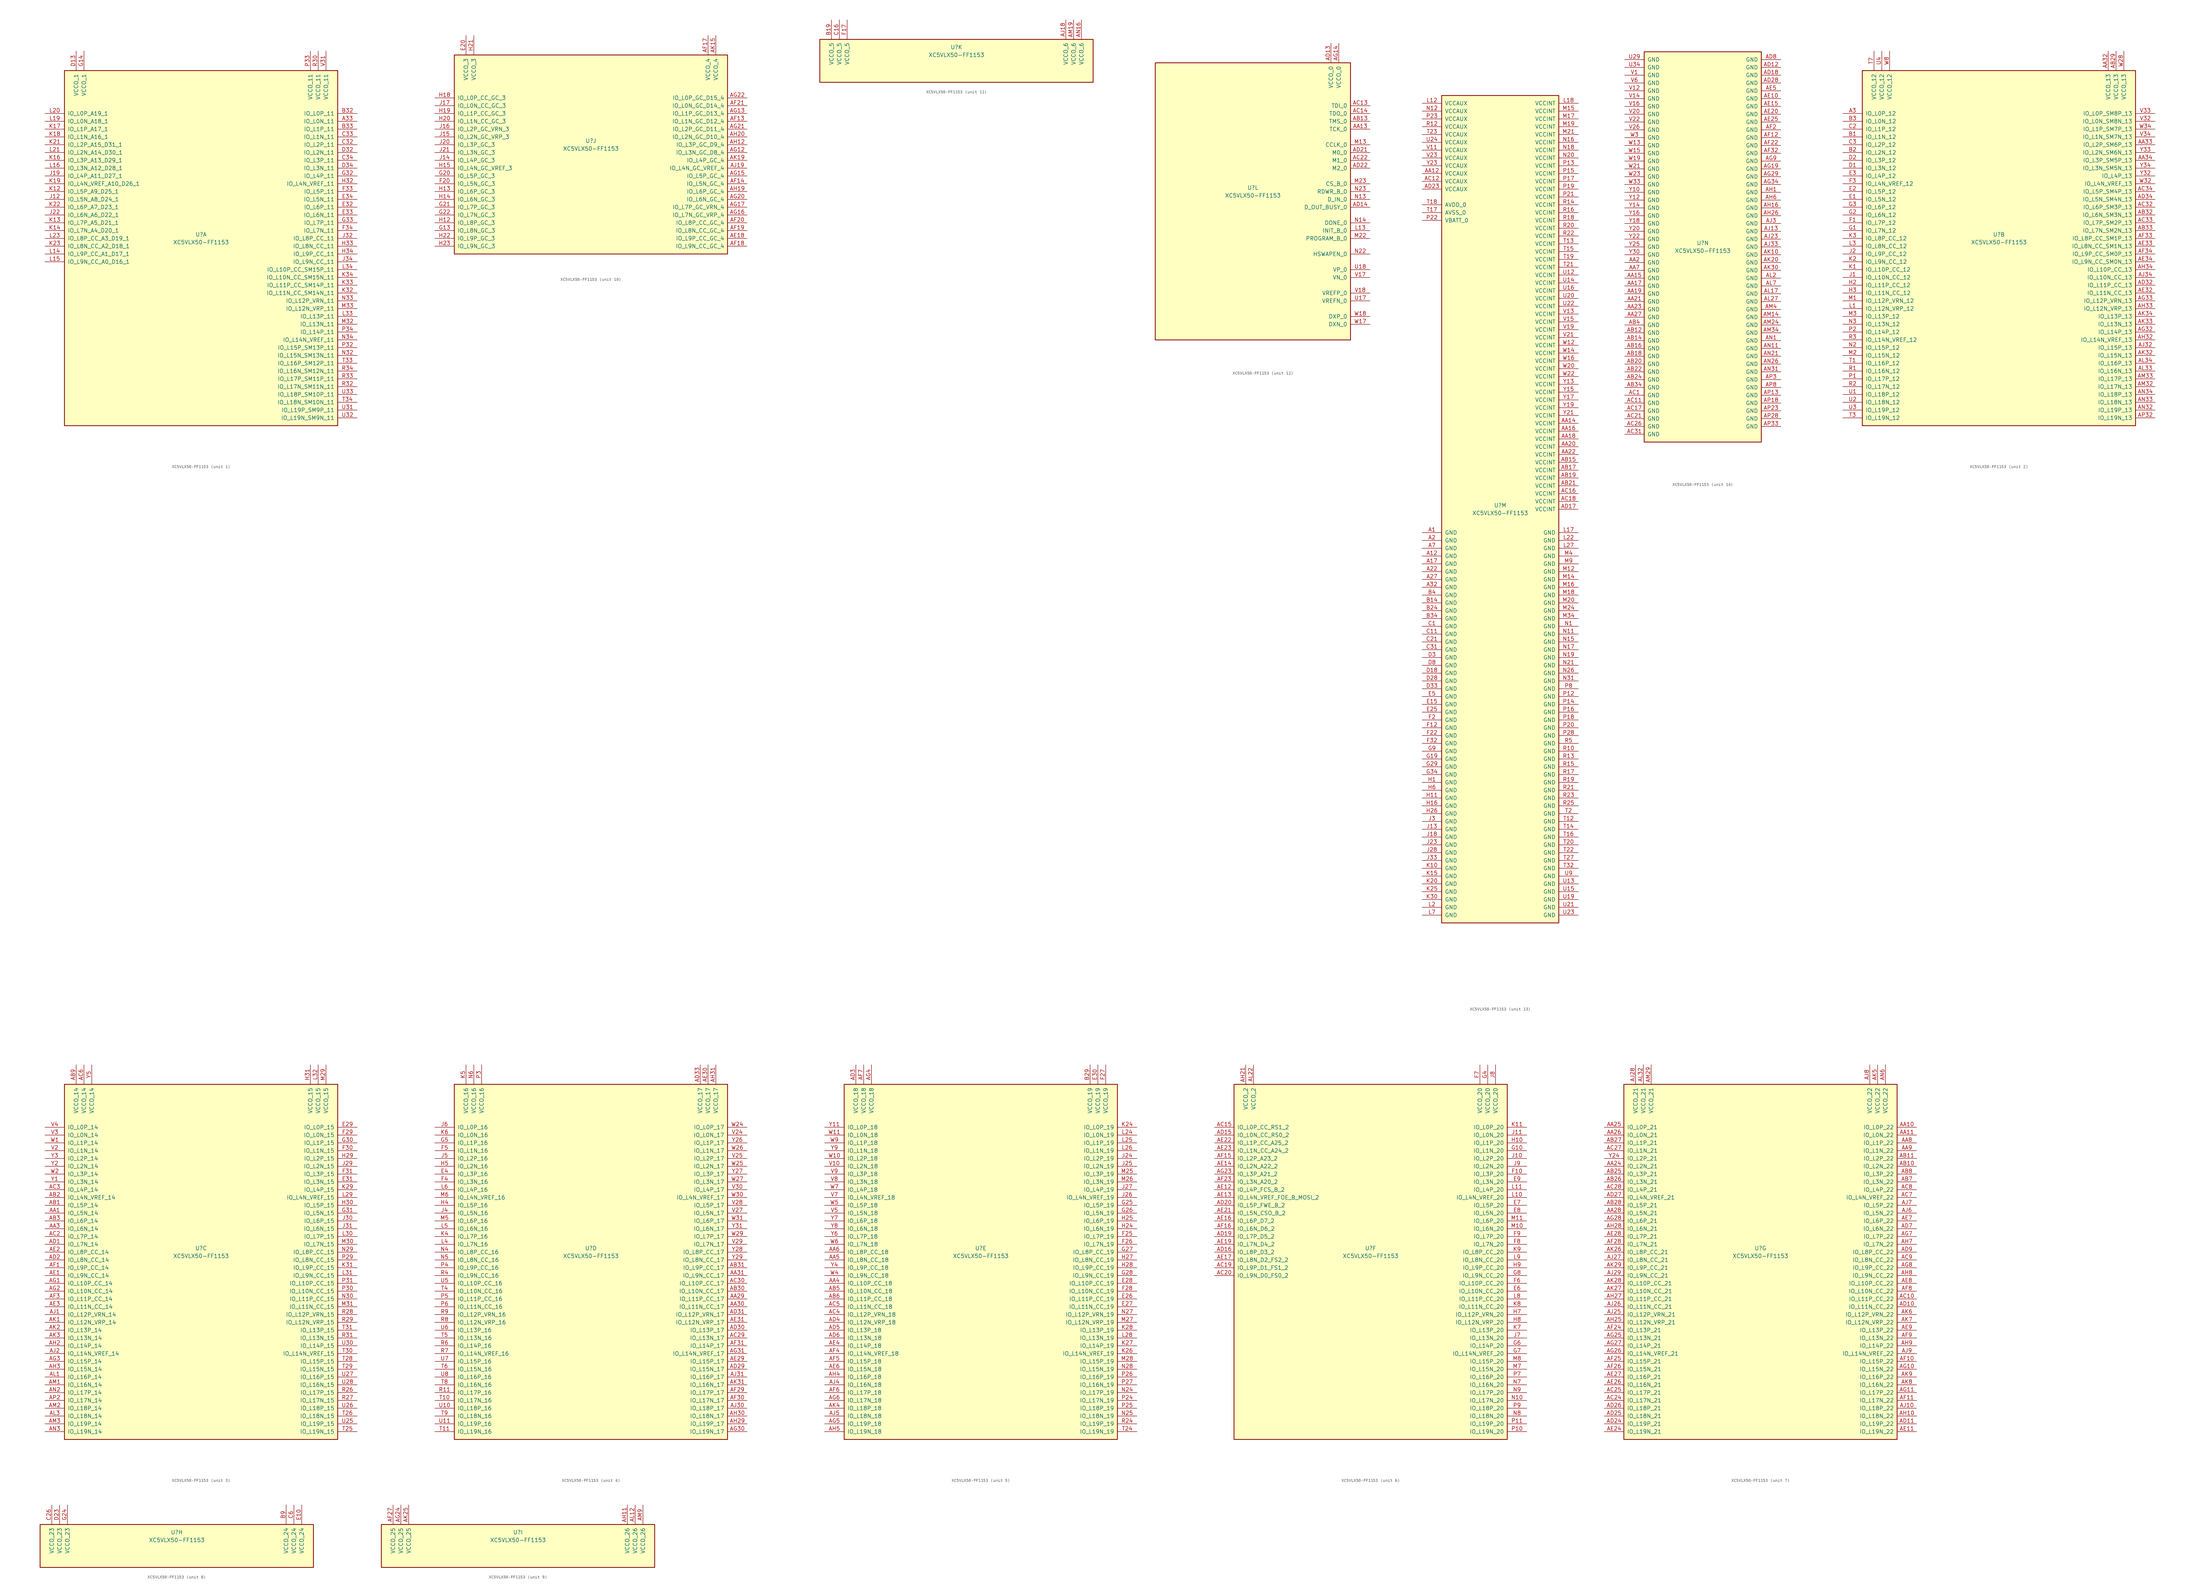
<source format=kicad_sym>
(kicad_symbol_lib
  (version 20211014)
  (generator kicad_symbol_editor)
  (symbol "XC5VLX50-FF1153"
    (pin_names
      (offset 1.016))
    (property "Reference" "U"
      (at 0 1.27 0)
      (effects (font (size 1.27 1.27))))
    (property "Value" "XC5VLX50-FF1153"
      (at 0 -1.27 0)
      (effects (font (size 1.27 1.27))))
    (property "Datasheet" ""
      (at 0 0 0)
      (effects (font (size 1.27 1.27))))
    (property "ki_locked" ""
      (at 0 0 0)
      (effects (font (size 1.27 1.27))))
    (symbol "XC5VLX50-FF1153_1_1"
      (rectangle (start -44.45 54.61) (end 44.45 -60.96) (stroke (width 0.254) (type default) (color 0 0 0 0)) (fill (type background)))
      (pin bidirectional line (at 50.8 38.1 180) (length 6.35) (name "IO_L0N_11" (effects (font (size 1.27 1.27)))) (number "A33" (effects (font (size 1.27 1.27)))))
      (pin bidirectional line (at 50.8 40.64 180) (length 6.35) (name "IO_L0P_11" (effects (font (size 1.27 1.27)))) (number "B32" (effects (font (size 1.27 1.27)))))
      (pin bidirectional line (at 50.8 35.56 180) (length 6.35) (name "IO_L1P_11" (effects (font (size 1.27 1.27)))) (number "B33" (effects (font (size 1.27 1.27)))))
      (pin bidirectional line (at 50.8 30.48 180) (length 6.35) (name "IO_L2P_11" (effects (font (size 1.27 1.27)))) (number "C32" (effects (font (size 1.27 1.27)))))
      (pin bidirectional line (at 50.8 33.02 180) (length 6.35) (name "IO_L1N_11" (effects (font (size 1.27 1.27)))) (number "C33" (effects (font (size 1.27 1.27)))))
      (pin bidirectional line (at 50.8 25.4 180) (length 6.35) (name "IO_L3P_11" (effects (font (size 1.27 1.27)))) (number "C34" (effects (font (size 1.27 1.27)))))
      (pin power_in line (at -40.64 60.96 270) (length 6.35) (name "VCCO_1" (effects (font (size 1.27 1.27)))) (number "D13" (effects (font (size 1.27 1.27)))))
      (pin bidirectional line (at 50.8 27.94 180) (length 6.35) (name "IO_L2N_11" (effects (font (size 1.27 1.27)))) (number "D32" (effects (font (size 1.27 1.27)))))
      (pin bidirectional line (at 50.8 22.86 180) (length 6.35) (name "IO_L3N_11" (effects (font (size 1.27 1.27)))) (number "D34" (effects (font (size 1.27 1.27)))))
      (pin bidirectional line (at 50.8 10.16 180) (length 6.35) (name "IO_L6P_11" (effects (font (size 1.27 1.27)))) (number "E32" (effects (font (size 1.27 1.27)))))
      (pin bidirectional line (at 50.8 7.62 180) (length 6.35) (name "IO_L6N_11" (effects (font (size 1.27 1.27)))) (number "E33" (effects (font (size 1.27 1.27)))))
      (pin bidirectional line (at 50.8 12.7 180) (length 6.35) (name "IO_L5N_11" (effects (font (size 1.27 1.27)))) (number "E34" (effects (font (size 1.27 1.27)))))
      (pin bidirectional line (at 50.8 15.24 180) (length 6.35) (name "IO_L5P_11" (effects (font (size 1.27 1.27)))) (number "F33" (effects (font (size 1.27 1.27)))))
      (pin bidirectional line (at 50.8 2.54 180) (length 6.35) (name "IO_L7N_11" (effects (font (size 1.27 1.27)))) (number "F34" (effects (font (size 1.27 1.27)))))
      (pin power_in line (at -38.1 60.96 270) (length 6.35) (name "VCCO_1" (effects (font (size 1.27 1.27)))) (number "G14" (effects (font (size 1.27 1.27)))))
      (pin bidirectional line (at 50.8 20.32 180) (length 6.35) (name "IO_L4P_11" (effects (font (size 1.27 1.27)))) (number "G32" (effects (font (size 1.27 1.27)))))
      (pin bidirectional line (at 50.8 5.08 180) (length 6.35) (name "IO_L7P_11" (effects (font (size 1.27 1.27)))) (number "G33" (effects (font (size 1.27 1.27)))))
      (pin bidirectional line (at 50.8 17.78 180) (length 6.35) (name "IO_L4N_VREF_11" (effects (font (size 1.27 1.27)))) (number "H32" (effects (font (size 1.27 1.27)))))
      (pin bidirectional line (at 50.8 -2.54 180) (length 6.35) (name "IO_L8N_CC_11" (effects (font (size 1.27 1.27)))) (number "H33" (effects (font (size 1.27 1.27)))))
      (pin bidirectional line (at 50.8 -5.08 180) (length 6.35) (name "IO_L9P_CC_11" (effects (font (size 1.27 1.27)))) (number "H34" (effects (font (size 1.27 1.27)))))
      (pin bidirectional line (at -50.8 12.7 0) (length 6.35) (name "IO_L5N_A8_D24_1" (effects (font (size 1.27 1.27)))) (number "J12" (effects (font (size 1.27 1.27)))))
      (pin bidirectional line (at -50.8 20.32 0) (length 6.35) (name "IO_L4P_A11_D27_1" (effects (font (size 1.27 1.27)))) (number "J19" (effects (font (size 1.27 1.27)))))
      (pin bidirectional line (at -50.8 7.62 0) (length 6.35) (name "IO_L6N_A6_D22_1" (effects (font (size 1.27 1.27)))) (number "J22" (effects (font (size 1.27 1.27)))))
      (pin bidirectional line (at 50.8 0 180) (length 6.35) (name "IO_L8P_CC_11" (effects (font (size 1.27 1.27)))) (number "J32" (effects (font (size 1.27 1.27)))))
      (pin bidirectional line (at 50.8 -7.62 180) (length 6.35) (name "IO_L9N_CC_11" (effects (font (size 1.27 1.27)))) (number "J34" (effects (font (size 1.27 1.27)))))
      (pin bidirectional line (at -50.8 15.24 0) (length 6.35) (name "IO_L5P_A9_D25_1" (effects (font (size 1.27 1.27)))) (number "K12" (effects (font (size 1.27 1.27)))))
      (pin bidirectional line (at -50.8 5.08 0) (length 6.35) (name "IO_L7P_A5_D21_1" (effects (font (size 1.27 1.27)))) (number "K13" (effects (font (size 1.27 1.27)))))
      (pin bidirectional line (at -50.8 2.54 0) (length 6.35) (name "IO_L7N_A4_D20_1" (effects (font (size 1.27 1.27)))) (number "K14" (effects (font (size 1.27 1.27)))))
      (pin bidirectional line (at -50.8 25.4 0) (length 6.35) (name "IO_L3P_A13_D29_1" (effects (font (size 1.27 1.27)))) (number "K16" (effects (font (size 1.27 1.27)))))
      (pin bidirectional line (at -50.8 35.56 0) (length 6.35) (name "IO_L1P_A17_1" (effects (font (size 1.27 1.27)))) (number "K17" (effects (font (size 1.27 1.27)))))
      (pin bidirectional line (at -50.8 33.02 0) (length 6.35) (name "IO_L1N_A16_1" (effects (font (size 1.27 1.27)))) (number "K18" (effects (font (size 1.27 1.27)))))
      (pin bidirectional line (at -50.8 17.78 0) (length 6.35) (name "IO_L4N_VREF_A10_D26_1" (effects (font (size 1.27 1.27)))) (number "K19" (effects (font (size 1.27 1.27)))))
      (pin bidirectional line (at -50.8 30.48 0) (length 6.35) (name "IO_L2P_A15_D31_1" (effects (font (size 1.27 1.27)))) (number "K21" (effects (font (size 1.27 1.27)))))
      (pin bidirectional line (at -50.8 10.16 0) (length 6.35) (name "IO_L6P_A7_D23_1" (effects (font (size 1.27 1.27)))) (number "K22" (effects (font (size 1.27 1.27)))))
      (pin bidirectional line (at -50.8 -2.54 0) (length 6.35) (name "IO_L8N_CC_A2_D18_1" (effects (font (size 1.27 1.27)))) (number "K23" (effects (font (size 1.27 1.27)))))
      (pin bidirectional line (at 50.8 -17.78 180) (length 6.35) (name "IO_L11N_CC_SM14N_11" (effects (font (size 1.27 1.27)))) (number "K32" (effects (font (size 1.27 1.27)))))
      (pin bidirectional line (at 50.8 -15.24 180) (length 6.35) (name "IO_L11P_CC_SM14P_11" (effects (font (size 1.27 1.27)))) (number "K33" (effects (font (size 1.27 1.27)))))
      (pin bidirectional line (at 50.8 -12.7 180) (length 6.35) (name "IO_L10N_CC_SM15N_11" (effects (font (size 1.27 1.27)))) (number "K34" (effects (font (size 1.27 1.27)))))
      (pin bidirectional line (at -50.8 -5.08 0) (length 6.35) (name "IO_L9P_CC_A1_D17_1" (effects (font (size 1.27 1.27)))) (number "L14" (effects (font (size 1.27 1.27)))))
      (pin bidirectional line (at -50.8 -7.62 0) (length 6.35) (name "IO_L9N_CC_A0_D16_1" (effects (font (size 1.27 1.27)))) (number "L15" (effects (font (size 1.27 1.27)))))
      (pin bidirectional line (at -50.8 22.86 0) (length 6.35) (name "IO_L3N_A12_D28_1" (effects (font (size 1.27 1.27)))) (number "L16" (effects (font (size 1.27 1.27)))))
      (pin bidirectional line (at -50.8 38.1 0) (length 6.35) (name "IO_L0N_A18_1" (effects (font (size 1.27 1.27)))) (number "L19" (effects (font (size 1.27 1.27)))))
      (pin bidirectional line (at -50.8 40.64 0) (length 6.35) (name "IO_L0P_A19_1" (effects (font (size 1.27 1.27)))) (number "L20" (effects (font (size 1.27 1.27)))))
      (pin bidirectional line (at -50.8 27.94 0) (length 6.35) (name "IO_L2N_A14_D30_1" (effects (font (size 1.27 1.27)))) (number "L21" (effects (font (size 1.27 1.27)))))
      (pin bidirectional line (at -50.8 0 0) (length 6.35) (name "IO_L8P_CC_A3_D19_1" (effects (font (size 1.27 1.27)))) (number "L23" (effects (font (size 1.27 1.27)))))
      (pin bidirectional line (at 50.8 -25.4 180) (length 6.35) (name "IO_L13P_11" (effects (font (size 1.27 1.27)))) (number "L33" (effects (font (size 1.27 1.27)))))
      (pin bidirectional line (at 50.8 -10.16 180) (length 6.35) (name "IO_L10P_CC_SM15P_11" (effects (font (size 1.27 1.27)))) (number "L34" (effects (font (size 1.27 1.27)))))
      (pin bidirectional line (at 50.8 -27.94 180) (length 6.35) (name "IO_L13N_11" (effects (font (size 1.27 1.27)))) (number "M32" (effects (font (size 1.27 1.27)))))
      (pin bidirectional line (at 50.8 -22.86 180) (length 6.35) (name "IO_L12N_VRP_11" (effects (font (size 1.27 1.27)))) (number "M33" (effects (font (size 1.27 1.27)))))
      (pin bidirectional line (at 50.8 -38.1 180) (length 6.35) (name "IO_L15N_SM13N_11" (effects (font (size 1.27 1.27)))) (number "N32" (effects (font (size 1.27 1.27)))))
      (pin bidirectional line (at 50.8 -20.32 180) (length 6.35) (name "IO_L12P_VRN_11" (effects (font (size 1.27 1.27)))) (number "N33" (effects (font (size 1.27 1.27)))))
      (pin bidirectional line (at 50.8 -33.02 180) (length 6.35) (name "IO_L14N_VREF_11" (effects (font (size 1.27 1.27)))) (number "N34" (effects (font (size 1.27 1.27)))))
      (pin bidirectional line (at 50.8 -35.56 180) (length 6.35) (name "IO_L15P_SM13P_11" (effects (font (size 1.27 1.27)))) (number "P32" (effects (font (size 1.27 1.27)))))
      (pin power_in line (at 35.56 60.96 270) (length 6.35) (name "VCCO_11" (effects (font (size 1.27 1.27)))) (number "P33" (effects (font (size 1.27 1.27)))))
      (pin bidirectional line (at 50.8 -30.48 180) (length 6.35) (name "IO_L14P_11" (effects (font (size 1.27 1.27)))) (number "P34" (effects (font (size 1.27 1.27)))))
      (pin power_in line (at 38.1 60.96 270) (length 6.35) (name "VCCO_11" (effects (font (size 1.27 1.27)))) (number "R30" (effects (font (size 1.27 1.27)))))
      (pin bidirectional line (at 50.8 -48.26 180) (length 6.35) (name "IO_L17N_SM11N_11" (effects (font (size 1.27 1.27)))) (number "R32" (effects (font (size 1.27 1.27)))))
      (pin bidirectional line (at 50.8 -45.72 180) (length 6.35) (name "IO_L17P_SM11P_11" (effects (font (size 1.27 1.27)))) (number "R33" (effects (font (size 1.27 1.27)))))
      (pin bidirectional line (at 50.8 -43.18 180) (length 6.35) (name "IO_L16N_SM12N_11" (effects (font (size 1.27 1.27)))) (number "R34" (effects (font (size 1.27 1.27)))))
      (pin bidirectional line (at 50.8 -40.64 180) (length 6.35) (name "IO_L16P_SM12P_11" (effects (font (size 1.27 1.27)))) (number "T33" (effects (font (size 1.27 1.27)))))
      (pin bidirectional line (at 50.8 -53.34 180) (length 6.35) (name "IO_L18N_SM10N_11" (effects (font (size 1.27 1.27)))) (number "T34" (effects (font (size 1.27 1.27)))))
      (pin bidirectional line (at 50.8 -55.88 180) (length 6.35) (name "IO_L19P_SM9P_11" (effects (font (size 1.27 1.27)))) (number "U31" (effects (font (size 1.27 1.27)))))
      (pin bidirectional line (at 50.8 -58.42 180) (length 6.35) (name "IO_L19N_SM9N_11" (effects (font (size 1.27 1.27)))) (number "U32" (effects (font (size 1.27 1.27)))))
      (pin bidirectional line (at 50.8 -50.8 180) (length 6.35) (name "IO_L18P_SM10P_11" (effects (font (size 1.27 1.27)))) (number "U33" (effects (font (size 1.27 1.27)))))
      (pin power_in line (at 40.64 60.96 270) (length 6.35) (name "VCCO_11" (effects (font (size 1.27 1.27)))) (number "V31" (effects (font (size 1.27 1.27))))))
    (symbol "XC5VLX50-FF1153_2_1"
      (rectangle (start -44.45 54.61) (end 44.45 -60.96) (stroke (width 0.254) (type default) (color 0 0 0 0)) (fill (type background)))
      (pin bidirectional line (at -50.8 40.64 0) (length 6.35) (name "IO_L0P_12" (effects (font (size 1.27 1.27)))) (number "A3" (effects (font (size 1.27 1.27)))))
      (pin power_in line (at 35.56 60.96 270) (length 6.35) (name "VCCO_13" (effects (font (size 1.27 1.27)))) (number "AA32" (effects (font (size 1.27 1.27)))))
      (pin bidirectional line (at 50.8 30.48 180) (length 6.35) (name "IO_L2P_SM6P_13" (effects (font (size 1.27 1.27)))) (number "AA33" (effects (font (size 1.27 1.27)))))
      (pin bidirectional line (at 50.8 25.4 180) (length 6.35) (name "IO_L3P_SM5P_13" (effects (font (size 1.27 1.27)))) (number "AA34" (effects (font (size 1.27 1.27)))))
      (pin power_in line (at 38.1 60.96 270) (length 6.35) (name "VCCO_13" (effects (font (size 1.27 1.27)))) (number "AB29" (effects (font (size 1.27 1.27)))))
      (pin bidirectional line (at 50.8 7.62 180) (length 6.35) (name "IO_L6N_SM3N_13" (effects (font (size 1.27 1.27)))) (number "AB32" (effects (font (size 1.27 1.27)))))
      (pin bidirectional line (at 50.8 2.54 180) (length 6.35) (name "IO_L7N_SM2N_13" (effects (font (size 1.27 1.27)))) (number "AB33" (effects (font (size 1.27 1.27)))))
      (pin bidirectional line (at 50.8 10.16 180) (length 6.35) (name "IO_L6P_SM3P_13" (effects (font (size 1.27 1.27)))) (number "AC32" (effects (font (size 1.27 1.27)))))
      (pin bidirectional line (at 50.8 5.08 180) (length 6.35) (name "IO_L7P_SM2P_13" (effects (font (size 1.27 1.27)))) (number "AC33" (effects (font (size 1.27 1.27)))))
      (pin bidirectional line (at 50.8 15.24 180) (length 6.35) (name "IO_L5P_SM4P_13" (effects (font (size 1.27 1.27)))) (number "AC34" (effects (font (size 1.27 1.27)))))
      (pin bidirectional line (at 50.8 -15.24 180) (length 6.35) (name "IO_L11P_CC_13" (effects (font (size 1.27 1.27)))) (number "AD32" (effects (font (size 1.27 1.27)))))
      (pin bidirectional line (at 50.8 12.7 180) (length 6.35) (name "IO_L5N_SM4N_13" (effects (font (size 1.27 1.27)))) (number "AD34" (effects (font (size 1.27 1.27)))))
      (pin bidirectional line (at 50.8 -17.78 180) (length 6.35) (name "IO_L11N_CC_13" (effects (font (size 1.27 1.27)))) (number "AE32" (effects (font (size 1.27 1.27)))))
      (pin bidirectional line (at 50.8 -2.54 180) (length 6.35) (name "IO_L8N_CC_SM1N_13" (effects (font (size 1.27 1.27)))) (number "AE33" (effects (font (size 1.27 1.27)))))
      (pin bidirectional line (at 50.8 -7.62 180) (length 6.35) (name "IO_L9N_CC_SM0N_13" (effects (font (size 1.27 1.27)))) (number "AE34" (effects (font (size 1.27 1.27)))))
      (pin bidirectional line (at 50.8 0 180) (length 6.35) (name "IO_L8P_CC_SM1P_13" (effects (font (size 1.27 1.27)))) (number "AF33" (effects (font (size 1.27 1.27)))))
      (pin bidirectional line (at 50.8 -5.08 180) (length 6.35) (name "IO_L9P_CC_SM0P_13" (effects (font (size 1.27 1.27)))) (number "AF34" (effects (font (size 1.27 1.27)))))
      (pin bidirectional line (at 50.8 -30.48 180) (length 6.35) (name "IO_L14P_13" (effects (font (size 1.27 1.27)))) (number "AG32" (effects (font (size 1.27 1.27)))))
      (pin bidirectional line (at 50.8 -20.32 180) (length 6.35) (name "IO_L12P_VRN_13" (effects (font (size 1.27 1.27)))) (number "AG33" (effects (font (size 1.27 1.27)))))
      (pin bidirectional line (at 50.8 -33.02 180) (length 6.35) (name "IO_L14N_VREF_13" (effects (font (size 1.27 1.27)))) (number "AH32" (effects (font (size 1.27 1.27)))))
      (pin bidirectional line (at 50.8 -22.86 180) (length 6.35) (name "IO_L12N_VRP_13" (effects (font (size 1.27 1.27)))) (number "AH33" (effects (font (size 1.27 1.27)))))
      (pin bidirectional line (at 50.8 -10.16 180) (length 6.35) (name "IO_L10P_CC_13" (effects (font (size 1.27 1.27)))) (number "AH34" (effects (font (size 1.27 1.27)))))
      (pin bidirectional line (at 50.8 -35.56 180) (length 6.35) (name "IO_L15P_13" (effects (font (size 1.27 1.27)))) (number "AJ32" (effects (font (size 1.27 1.27)))))
      (pin bidirectional line (at 50.8 -12.7 180) (length 6.35) (name "IO_L10N_CC_13" (effects (font (size 1.27 1.27)))) (number "AJ34" (effects (font (size 1.27 1.27)))))
      (pin bidirectional line (at 50.8 -38.1 180) (length 6.35) (name "IO_L15N_13" (effects (font (size 1.27 1.27)))) (number "AK32" (effects (font (size 1.27 1.27)))))
      (pin bidirectional line (at 50.8 -27.94 180) (length 6.35) (name "IO_L13N_13" (effects (font (size 1.27 1.27)))) (number "AK33" (effects (font (size 1.27 1.27)))))
      (pin bidirectional line (at 50.8 -25.4 180) (length 6.35) (name "IO_L13P_13" (effects (font (size 1.27 1.27)))) (number "AK34" (effects (font (size 1.27 1.27)))))
      (pin bidirectional line (at 50.8 -43.18 180) (length 6.35) (name "IO_L16N_13" (effects (font (size 1.27 1.27)))) (number "AL33" (effects (font (size 1.27 1.27)))))
      (pin bidirectional line (at 50.8 -40.64 180) (length 6.35) (name "IO_L16P_13" (effects (font (size 1.27 1.27)))) (number "AL34" (effects (font (size 1.27 1.27)))))
      (pin bidirectional line (at 50.8 -48.26 180) (length 6.35) (name "IO_L17N_13" (effects (font (size 1.27 1.27)))) (number "AM32" (effects (font (size 1.27 1.27)))))
      (pin bidirectional line (at 50.8 -45.72 180) (length 6.35) (name "IO_L17P_13" (effects (font (size 1.27 1.27)))) (number "AM33" (effects (font (size 1.27 1.27)))))
      (pin bidirectional line (at 50.8 -55.88 180) (length 6.35) (name "IO_L19P_13" (effects (font (size 1.27 1.27)))) (number "AN32" (effects (font (size 1.27 1.27)))))
      (pin bidirectional line (at 50.8 -53.34 180) (length 6.35) (name "IO_L18N_13" (effects (font (size 1.27 1.27)))) (number "AN33" (effects (font (size 1.27 1.27)))))
      (pin bidirectional line (at 50.8 -50.8 180) (length 6.35) (name "IO_L18P_13" (effects (font (size 1.27 1.27)))) (number "AN34" (effects (font (size 1.27 1.27)))))
      (pin bidirectional line (at 50.8 -58.42 180) (length 6.35) (name "IO_L19N_13" (effects (font (size 1.27 1.27)))) (number "AP32" (effects (font (size 1.27 1.27)))))
      (pin bidirectional line (at -50.8 33.02 0) (length 6.35) (name "IO_L1N_12" (effects (font (size 1.27 1.27)))) (number "B1" (effects (font (size 1.27 1.27)))))
      (pin bidirectional line (at -50.8 27.94 0) (length 6.35) (name "IO_L2N_12" (effects (font (size 1.27 1.27)))) (number "B2" (effects (font (size 1.27 1.27)))))
      (pin bidirectional line (at -50.8 38.1 0) (length 6.35) (name "IO_L0N_12" (effects (font (size 1.27 1.27)))) (number "B3" (effects (font (size 1.27 1.27)))))
      (pin bidirectional line (at -50.8 35.56 0) (length 6.35) (name "IO_L1P_12" (effects (font (size 1.27 1.27)))) (number "C2" (effects (font (size 1.27 1.27)))))
      (pin bidirectional line (at -50.8 30.48 0) (length 6.35) (name "IO_L2P_12" (effects (font (size 1.27 1.27)))) (number "C3" (effects (font (size 1.27 1.27)))))
      (pin bidirectional line (at -50.8 22.86 0) (length 6.35) (name "IO_L3N_12" (effects (font (size 1.27 1.27)))) (number "D1" (effects (font (size 1.27 1.27)))))
      (pin bidirectional line (at -50.8 25.4 0) (length 6.35) (name "IO_L3P_12" (effects (font (size 1.27 1.27)))) (number "D2" (effects (font (size 1.27 1.27)))))
      (pin bidirectional line (at -50.8 12.7 0) (length 6.35) (name "IO_L5N_12" (effects (font (size 1.27 1.27)))) (number "E1" (effects (font (size 1.27 1.27)))))
      (pin bidirectional line (at -50.8 15.24 0) (length 6.35) (name "IO_L5P_12" (effects (font (size 1.27 1.27)))) (number "E2" (effects (font (size 1.27 1.27)))))
      (pin bidirectional line (at -50.8 20.32 0) (length 6.35) (name "IO_L4P_12" (effects (font (size 1.27 1.27)))) (number "E3" (effects (font (size 1.27 1.27)))))
      (pin bidirectional line (at -50.8 5.08 0) (length 6.35) (name "IO_L7P_12" (effects (font (size 1.27 1.27)))) (number "F1" (effects (font (size 1.27 1.27)))))
      (pin bidirectional line (at -50.8 17.78 0) (length 6.35) (name "IO_L4N_VREF_12" (effects (font (size 1.27 1.27)))) (number "F3" (effects (font (size 1.27 1.27)))))
      (pin bidirectional line (at -50.8 2.54 0) (length 6.35) (name "IO_L7N_12" (effects (font (size 1.27 1.27)))) (number "G1" (effects (font (size 1.27 1.27)))))
      (pin bidirectional line (at -50.8 7.62 0) (length 6.35) (name "IO_L6N_12" (effects (font (size 1.27 1.27)))) (number "G2" (effects (font (size 1.27 1.27)))))
      (pin bidirectional line (at -50.8 10.16 0) (length 6.35) (name "IO_L6P_12" (effects (font (size 1.27 1.27)))) (number "G3" (effects (font (size 1.27 1.27)))))
      (pin bidirectional line (at -50.8 -15.24 0) (length 6.35) (name "IO_L11P_CC_12" (effects (font (size 1.27 1.27)))) (number "H2" (effects (font (size 1.27 1.27)))))
      (pin bidirectional line (at -50.8 -17.78 0) (length 6.35) (name "IO_L11N_CC_12" (effects (font (size 1.27 1.27)))) (number "H3" (effects (font (size 1.27 1.27)))))
      (pin bidirectional line (at -50.8 -12.7 0) (length 6.35) (name "IO_L10N_CC_12" (effects (font (size 1.27 1.27)))) (number "J1" (effects (font (size 1.27 1.27)))))
      (pin bidirectional line (at -50.8 -5.08 0) (length 6.35) (name "IO_L9P_CC_12" (effects (font (size 1.27 1.27)))) (number "J2" (effects (font (size 1.27 1.27)))))
      (pin bidirectional line (at -50.8 -10.16 0) (length 6.35) (name "IO_L10P_CC_12" (effects (font (size 1.27 1.27)))) (number "K1" (effects (font (size 1.27 1.27)))))
      (pin bidirectional line (at -50.8 -7.62 0) (length 6.35) (name "IO_L9N_CC_12" (effects (font (size 1.27 1.27)))) (number "K2" (effects (font (size 1.27 1.27)))))
      (pin bidirectional line (at -50.8 0 0) (length 6.35) (name "IO_L8P_CC_12" (effects (font (size 1.27 1.27)))) (number "K3" (effects (font (size 1.27 1.27)))))
      (pin bidirectional line (at -50.8 -22.86 0) (length 6.35) (name "IO_L12N_VRP_12" (effects (font (size 1.27 1.27)))) (number "L1" (effects (font (size 1.27 1.27)))))
      (pin bidirectional line (at -50.8 -2.54 0) (length 6.35) (name "IO_L8N_CC_12" (effects (font (size 1.27 1.27)))) (number "L3" (effects (font (size 1.27 1.27)))))
      (pin bidirectional line (at -50.8 -20.32 0) (length 6.35) (name "IO_L12P_VRN_12" (effects (font (size 1.27 1.27)))) (number "M1" (effects (font (size 1.27 1.27)))))
      (pin bidirectional line (at -50.8 -38.1 0) (length 6.35) (name "IO_L15N_12" (effects (font (size 1.27 1.27)))) (number "M2" (effects (font (size 1.27 1.27)))))
      (pin bidirectional line (at -50.8 -25.4 0) (length 6.35) (name "IO_L13P_12" (effects (font (size 1.27 1.27)))) (number "M3" (effects (font (size 1.27 1.27)))))
      (pin bidirectional line (at -50.8 -35.56 0) (length 6.35) (name "IO_L15P_12" (effects (font (size 1.27 1.27)))) (number "N2" (effects (font (size 1.27 1.27)))))
      (pin bidirectional line (at -50.8 -27.94 0) (length 6.35) (name "IO_L13N_12" (effects (font (size 1.27 1.27)))) (number "N3" (effects (font (size 1.27 1.27)))))
      (pin bidirectional line (at -50.8 -45.72 0) (length 6.35) (name "IO_L17P_12" (effects (font (size 1.27 1.27)))) (number "P1" (effects (font (size 1.27 1.27)))))
      (pin bidirectional line (at -50.8 -30.48 0) (length 6.35) (name "IO_L14P_12" (effects (font (size 1.27 1.27)))) (number "P2" (effects (font (size 1.27 1.27)))))
      (pin bidirectional line (at -50.8 -43.18 0) (length 6.35) (name "IO_L16N_12" (effects (font (size 1.27 1.27)))) (number "R1" (effects (font (size 1.27 1.27)))))
      (pin bidirectional line (at -50.8 -48.26 0) (length 6.35) (name "IO_L17N_12" (effects (font (size 1.27 1.27)))) (number "R2" (effects (font (size 1.27 1.27)))))
      (pin bidirectional line (at -50.8 -33.02 0) (length 6.35) (name "IO_L14N_VREF_12" (effects (font (size 1.27 1.27)))) (number "R3" (effects (font (size 1.27 1.27)))))
      (pin bidirectional line (at -50.8 -40.64 0) (length 6.35) (name "IO_L16P_12" (effects (font (size 1.27 1.27)))) (number "T1" (effects (font (size 1.27 1.27)))))
      (pin bidirectional line (at -50.8 -58.42 0) (length 6.35) (name "IO_L19N_12" (effects (font (size 1.27 1.27)))) (number "T3" (effects (font (size 1.27 1.27)))))
      (pin power_in line (at -40.64 60.96 270) (length 6.35) (name "VCCO_12" (effects (font (size 1.27 1.27)))) (number "T7" (effects (font (size 1.27 1.27)))))
      (pin bidirectional line (at -50.8 -50.8 0) (length 6.35) (name "IO_L18P_12" (effects (font (size 1.27 1.27)))) (number "U1" (effects (font (size 1.27 1.27)))))
      (pin bidirectional line (at -50.8 -53.34 0) (length 6.35) (name "IO_L18N_12" (effects (font (size 1.27 1.27)))) (number "U2" (effects (font (size 1.27 1.27)))))
      (pin bidirectional line (at -50.8 -55.88 0) (length 6.35) (name "IO_L19P_12" (effects (font (size 1.27 1.27)))) (number "U3" (effects (font (size 1.27 1.27)))))
      (pin power_in line (at -38.1 60.96 270) (length 6.35) (name "VCCO_12" (effects (font (size 1.27 1.27)))) (number "U4" (effects (font (size 1.27 1.27)))))
      (pin bidirectional line (at 50.8 38.1 180) (length 6.35) (name "IO_L0N_SM8N_13" (effects (font (size 1.27 1.27)))) (number "V32" (effects (font (size 1.27 1.27)))))
      (pin bidirectional line (at 50.8 40.64 180) (length 6.35) (name "IO_L0P_SM8P_13" (effects (font (size 1.27 1.27)))) (number "V33" (effects (font (size 1.27 1.27)))))
      (pin bidirectional line (at 50.8 33.02 180) (length 6.35) (name "IO_L1N_SM7N_13" (effects (font (size 1.27 1.27)))) (number "V34" (effects (font (size 1.27 1.27)))))
      (pin power_in line (at 40.64 60.96 270) (length 6.35) (name "VCCO_13" (effects (font (size 1.27 1.27)))) (number "W28" (effects (font (size 1.27 1.27)))))
      (pin bidirectional line (at 50.8 17.78 180) (length 6.35) (name "IO_L4N_VREF_13" (effects (font (size 1.27 1.27)))) (number "W32" (effects (font (size 1.27 1.27)))))
      (pin bidirectional line (at 50.8 35.56 180) (length 6.35) (name "IO_L1P_SM7P_13" (effects (font (size 1.27 1.27)))) (number "W34" (effects (font (size 1.27 1.27)))))
      (pin power_in line (at -35.56 60.96 270) (length 6.35) (name "VCCO_12" (effects (font (size 1.27 1.27)))) (number "W8" (effects (font (size 1.27 1.27)))))
      (pin bidirectional line (at 50.8 20.32 180) (length 6.35) (name "IO_L4P_13" (effects (font (size 1.27 1.27)))) (number "Y32" (effects (font (size 1.27 1.27)))))
      (pin bidirectional line (at 50.8 27.94 180) (length 6.35) (name "IO_L2N_SM6N_13" (effects (font (size 1.27 1.27)))) (number "Y33" (effects (font (size 1.27 1.27)))))
      (pin bidirectional line (at 50.8 22.86 180) (length 6.35) (name "IO_L3N_SM5N_13" (effects (font (size 1.27 1.27)))) (number "Y34" (effects (font (size 1.27 1.27))))))
    (symbol "XC5VLX50-FF1153_3_1"
      (rectangle (start -44.45 54.61) (end 44.45 -60.96) (stroke (width 0.254) (type default) (color 0 0 0 0)) (fill (type background)))
      (pin bidirectional line (at -50.8 12.7 0) (length 6.35) (name "IO_L5N_14" (effects (font (size 1.27 1.27)))) (number "AA1" (effects (font (size 1.27 1.27)))))
      (pin bidirectional line (at -50.8 7.62 0) (length 6.35) (name "IO_L6N_14" (effects (font (size 1.27 1.27)))) (number "AA3" (effects (font (size 1.27 1.27)))))
      (pin bidirectional line (at -50.8 15.24 0) (length 6.35) (name "IO_L5P_14" (effects (font (size 1.27 1.27)))) (number "AB1" (effects (font (size 1.27 1.27)))))
      (pin bidirectional line (at -50.8 17.78 0) (length 6.35) (name "IO_L4N_VREF_14" (effects (font (size 1.27 1.27)))) (number "AB2" (effects (font (size 1.27 1.27)))))
      (pin bidirectional line (at -50.8 10.16 0) (length 6.35) (name "IO_L6P_14" (effects (font (size 1.27 1.27)))) (number "AB3" (effects (font (size 1.27 1.27)))))
      (pin power_in line (at -40.64 60.96 270) (length 6.35) (name "VCCO_14" (effects (font (size 1.27 1.27)))) (number "AB9" (effects (font (size 1.27 1.27)))))
      (pin bidirectional line (at -50.8 5.08 0) (length 6.35) (name "IO_L7P_14" (effects (font (size 1.27 1.27)))) (number "AC2" (effects (font (size 1.27 1.27)))))
      (pin bidirectional line (at -50.8 20.32 0) (length 6.35) (name "IO_L4P_14" (effects (font (size 1.27 1.27)))) (number "AC3" (effects (font (size 1.27 1.27)))))
      (pin power_in line (at -38.1 60.96 270) (length 6.35) (name "VCCO_14" (effects (font (size 1.27 1.27)))) (number "AC6" (effects (font (size 1.27 1.27)))))
      (pin bidirectional line (at -50.8 2.54 0) (length 6.35) (name "IO_L7N_14" (effects (font (size 1.27 1.27)))) (number "AD1" (effects (font (size 1.27 1.27)))))
      (pin bidirectional line (at -50.8 -2.54 0) (length 6.35) (name "IO_L8N_CC_14" (effects (font (size 1.27 1.27)))) (number "AD2" (effects (font (size 1.27 1.27)))))
      (pin bidirectional line (at -50.8 -7.62 0) (length 6.35) (name "IO_L9N_CC_14" (effects (font (size 1.27 1.27)))) (number "AE1" (effects (font (size 1.27 1.27)))))
      (pin bidirectional line (at -50.8 0 0) (length 6.35) (name "IO_L8P_CC_14" (effects (font (size 1.27 1.27)))) (number "AE2" (effects (font (size 1.27 1.27)))))
      (pin bidirectional line (at -50.8 -17.78 0) (length 6.35) (name "IO_L11N_CC_14" (effects (font (size 1.27 1.27)))) (number "AE3" (effects (font (size 1.27 1.27)))))
      (pin bidirectional line (at -50.8 -5.08 0) (length 6.35) (name "IO_L9P_CC_14" (effects (font (size 1.27 1.27)))) (number "AF1" (effects (font (size 1.27 1.27)))))
      (pin bidirectional line (at -50.8 -15.24 0) (length 6.35) (name "IO_L11P_CC_14" (effects (font (size 1.27 1.27)))) (number "AF3" (effects (font (size 1.27 1.27)))))
      (pin bidirectional line (at -50.8 -10.16 0) (length 6.35) (name "IO_L10P_CC_14" (effects (font (size 1.27 1.27)))) (number "AG1" (effects (font (size 1.27 1.27)))))
      (pin bidirectional line (at -50.8 -12.7 0) (length 6.35) (name "IO_L10N_CC_14" (effects (font (size 1.27 1.27)))) (number "AG2" (effects (font (size 1.27 1.27)))))
      (pin bidirectional line (at -50.8 -35.56 0) (length 6.35) (name "IO_L15P_14" (effects (font (size 1.27 1.27)))) (number "AG3" (effects (font (size 1.27 1.27)))))
      (pin bidirectional line (at -50.8 -30.48 0) (length 6.35) (name "IO_L14P_14" (effects (font (size 1.27 1.27)))) (number "AH2" (effects (font (size 1.27 1.27)))))
      (pin bidirectional line (at -50.8 -38.1 0) (length 6.35) (name "IO_L15N_14" (effects (font (size 1.27 1.27)))) (number "AH3" (effects (font (size 1.27 1.27)))))
      (pin bidirectional line (at -50.8 -20.32 0) (length 6.35) (name "IO_L12P_VRN_14" (effects (font (size 1.27 1.27)))) (number "AJ1" (effects (font (size 1.27 1.27)))))
      (pin bidirectional line (at -50.8 -33.02 0) (length 6.35) (name "IO_L14N_VREF_14" (effects (font (size 1.27 1.27)))) (number "AJ2" (effects (font (size 1.27 1.27)))))
      (pin bidirectional line (at -50.8 -22.86 0) (length 6.35) (name "IO_L12N_VRP_14" (effects (font (size 1.27 1.27)))) (number "AK1" (effects (font (size 1.27 1.27)))))
      (pin bidirectional line (at -50.8 -25.4 0) (length 6.35) (name "IO_L13P_14" (effects (font (size 1.27 1.27)))) (number "AK2" (effects (font (size 1.27 1.27)))))
      (pin bidirectional line (at -50.8 -27.94 0) (length 6.35) (name "IO_L13N_14" (effects (font (size 1.27 1.27)))) (number "AK3" (effects (font (size 1.27 1.27)))))
      (pin bidirectional line (at -50.8 -40.64 0) (length 6.35) (name "IO_L16P_14" (effects (font (size 1.27 1.27)))) (number "AL1" (effects (font (size 1.27 1.27)))))
      (pin bidirectional line (at -50.8 -53.34 0) (length 6.35) (name "IO_L18N_14" (effects (font (size 1.27 1.27)))) (number "AL3" (effects (font (size 1.27 1.27)))))
      (pin bidirectional line (at -50.8 -43.18 0) (length 6.35) (name "IO_L16N_14" (effects (font (size 1.27 1.27)))) (number "AM1" (effects (font (size 1.27 1.27)))))
      (pin bidirectional line (at -50.8 -50.8 0) (length 6.35) (name "IO_L18P_14" (effects (font (size 1.27 1.27)))) (number "AM2" (effects (font (size 1.27 1.27)))))
      (pin bidirectional line (at -50.8 -55.88 0) (length 6.35) (name "IO_L19P_14" (effects (font (size 1.27 1.27)))) (number "AM3" (effects (font (size 1.27 1.27)))))
      (pin bidirectional line (at -50.8 -45.72 0) (length 6.35) (name "IO_L17P_14" (effects (font (size 1.27 1.27)))) (number "AN2" (effects (font (size 1.27 1.27)))))
      (pin bidirectional line (at -50.8 -58.42 0) (length 6.35) (name "IO_L19N_14" (effects (font (size 1.27 1.27)))) (number "AN3" (effects (font (size 1.27 1.27)))))
      (pin bidirectional line (at -50.8 -48.26 0) (length 6.35) (name "IO_L17N_14" (effects (font (size 1.27 1.27)))) (number "AP2" (effects (font (size 1.27 1.27)))))
      (pin bidirectional line (at 50.8 40.64 180) (length 6.35) (name "IO_L0P_15" (effects (font (size 1.27 1.27)))) (number "E29" (effects (font (size 1.27 1.27)))))
      (pin bidirectional line (at 50.8 22.86 180) (length 6.35) (name "IO_L3N_15" (effects (font (size 1.27 1.27)))) (number "E31" (effects (font (size 1.27 1.27)))))
      (pin bidirectional line (at 50.8 38.1 180) (length 6.35) (name "IO_L0N_15" (effects (font (size 1.27 1.27)))) (number "F29" (effects (font (size 1.27 1.27)))))
      (pin bidirectional line (at 50.8 33.02 180) (length 6.35) (name "IO_L1N_15" (effects (font (size 1.27 1.27)))) (number "F30" (effects (font (size 1.27 1.27)))))
      (pin bidirectional line (at 50.8 25.4 180) (length 6.35) (name "IO_L3P_15" (effects (font (size 1.27 1.27)))) (number "F31" (effects (font (size 1.27 1.27)))))
      (pin bidirectional line (at 50.8 35.56 180) (length 6.35) (name "IO_L1P_15" (effects (font (size 1.27 1.27)))) (number "G30" (effects (font (size 1.27 1.27)))))
      (pin bidirectional line (at 50.8 12.7 180) (length 6.35) (name "IO_L5N_15" (effects (font (size 1.27 1.27)))) (number "G31" (effects (font (size 1.27 1.27)))))
      (pin bidirectional line (at 50.8 30.48 180) (length 6.35) (name "IO_L2P_15" (effects (font (size 1.27 1.27)))) (number "H29" (effects (font (size 1.27 1.27)))))
      (pin bidirectional line (at 50.8 15.24 180) (length 6.35) (name "IO_L5P_15" (effects (font (size 1.27 1.27)))) (number "H30" (effects (font (size 1.27 1.27)))))
      (pin power_in line (at 35.56 60.96 270) (length 6.35) (name "VCCO_15" (effects (font (size 1.27 1.27)))) (number "H31" (effects (font (size 1.27 1.27)))))
      (pin bidirectional line (at 50.8 27.94 180) (length 6.35) (name "IO_L2N_15" (effects (font (size 1.27 1.27)))) (number "J29" (effects (font (size 1.27 1.27)))))
      (pin bidirectional line (at 50.8 10.16 180) (length 6.35) (name "IO_L6P_15" (effects (font (size 1.27 1.27)))) (number "J30" (effects (font (size 1.27 1.27)))))
      (pin bidirectional line (at 50.8 7.62 180) (length 6.35) (name "IO_L6N_15" (effects (font (size 1.27 1.27)))) (number "J31" (effects (font (size 1.27 1.27)))))
      (pin bidirectional line (at 50.8 20.32 180) (length 6.35) (name "IO_L4P_15" (effects (font (size 1.27 1.27)))) (number "K29" (effects (font (size 1.27 1.27)))))
      (pin bidirectional line (at 50.8 -5.08 180) (length 6.35) (name "IO_L9P_CC_15" (effects (font (size 1.27 1.27)))) (number "K31" (effects (font (size 1.27 1.27)))))
      (pin bidirectional line (at 50.8 17.78 180) (length 6.35) (name "IO_L4N_VREF_15" (effects (font (size 1.27 1.27)))) (number "L29" (effects (font (size 1.27 1.27)))))
      (pin bidirectional line (at 50.8 5.08 180) (length 6.35) (name "IO_L7P_15" (effects (font (size 1.27 1.27)))) (number "L30" (effects (font (size 1.27 1.27)))))
      (pin bidirectional line (at 50.8 -7.62 180) (length 6.35) (name "IO_L9N_CC_15" (effects (font (size 1.27 1.27)))) (number "L31" (effects (font (size 1.27 1.27)))))
      (pin power_in line (at 38.1 60.96 270) (length 6.35) (name "VCCO_15" (effects (font (size 1.27 1.27)))) (number "L32" (effects (font (size 1.27 1.27)))))
      (pin power_in line (at 40.64 60.96 270) (length 6.35) (name "VCCO_15" (effects (font (size 1.27 1.27)))) (number "M29" (effects (font (size 1.27 1.27)))))
      (pin bidirectional line (at 50.8 2.54 180) (length 6.35) (name "IO_L7N_15" (effects (font (size 1.27 1.27)))) (number "M30" (effects (font (size 1.27 1.27)))))
      (pin bidirectional line (at 50.8 -17.78 180) (length 6.35) (name "IO_L11N_CC_15" (effects (font (size 1.27 1.27)))) (number "M31" (effects (font (size 1.27 1.27)))))
      (pin bidirectional line (at 50.8 0 180) (length 6.35) (name "IO_L8P_CC_15" (effects (font (size 1.27 1.27)))) (number "N29" (effects (font (size 1.27 1.27)))))
      (pin bidirectional line (at 50.8 -15.24 180) (length 6.35) (name "IO_L11P_CC_15" (effects (font (size 1.27 1.27)))) (number "N30" (effects (font (size 1.27 1.27)))))
      (pin bidirectional line (at 50.8 -2.54 180) (length 6.35) (name "IO_L8N_CC_15" (effects (font (size 1.27 1.27)))) (number "P29" (effects (font (size 1.27 1.27)))))
      (pin bidirectional line (at 50.8 -12.7 180) (length 6.35) (name "IO_L10N_CC_15" (effects (font (size 1.27 1.27)))) (number "P30" (effects (font (size 1.27 1.27)))))
      (pin bidirectional line (at 50.8 -10.16 180) (length 6.35) (name "IO_L10P_CC_15" (effects (font (size 1.27 1.27)))) (number "P31" (effects (font (size 1.27 1.27)))))
      (pin bidirectional line (at 50.8 -45.72 180) (length 6.35) (name "IO_L17P_15" (effects (font (size 1.27 1.27)))) (number "R26" (effects (font (size 1.27 1.27)))))
      (pin bidirectional line (at 50.8 -48.26 180) (length 6.35) (name "IO_L17N_15" (effects (font (size 1.27 1.27)))) (number "R27" (effects (font (size 1.27 1.27)))))
      (pin bidirectional line (at 50.8 -20.32 180) (length 6.35) (name "IO_L12P_VRN_15" (effects (font (size 1.27 1.27)))) (number "R28" (effects (font (size 1.27 1.27)))))
      (pin bidirectional line (at 50.8 -22.86 180) (length 6.35) (name "IO_L12N_VRP_15" (effects (font (size 1.27 1.27)))) (number "R29" (effects (font (size 1.27 1.27)))))
      (pin bidirectional line (at 50.8 -27.94 180) (length 6.35) (name "IO_L13N_15" (effects (font (size 1.27 1.27)))) (number "R31" (effects (font (size 1.27 1.27)))))
      (pin bidirectional line (at 50.8 -58.42 180) (length 6.35) (name "IO_L19N_15" (effects (font (size 1.27 1.27)))) (number "T25" (effects (font (size 1.27 1.27)))))
      (pin bidirectional line (at 50.8 -53.34 180) (length 6.35) (name "IO_L18N_15" (effects (font (size 1.27 1.27)))) (number "T26" (effects (font (size 1.27 1.27)))))
      (pin bidirectional line (at 50.8 -35.56 180) (length 6.35) (name "IO_L15P_15" (effects (font (size 1.27 1.27)))) (number "T28" (effects (font (size 1.27 1.27)))))
      (pin bidirectional line (at 50.8 -38.1 180) (length 6.35) (name "IO_L15N_15" (effects (font (size 1.27 1.27)))) (number "T29" (effects (font (size 1.27 1.27)))))
      (pin bidirectional line (at 50.8 -33.02 180) (length 6.35) (name "IO_L14N_VREF_15" (effects (font (size 1.27 1.27)))) (number "T30" (effects (font (size 1.27 1.27)))))
      (pin bidirectional line (at 50.8 -25.4 180) (length 6.35) (name "IO_L13P_15" (effects (font (size 1.27 1.27)))) (number "T31" (effects (font (size 1.27 1.27)))))
      (pin bidirectional line (at 50.8 -55.88 180) (length 6.35) (name "IO_L19P_15" (effects (font (size 1.27 1.27)))) (number "U25" (effects (font (size 1.27 1.27)))))
      (pin bidirectional line (at 50.8 -50.8 180) (length 6.35) (name "IO_L18P_15" (effects (font (size 1.27 1.27)))) (number "U26" (effects (font (size 1.27 1.27)))))
      (pin bidirectional line (at 50.8 -40.64 180) (length 6.35) (name "IO_L16P_15" (effects (font (size 1.27 1.27)))) (number "U27" (effects (font (size 1.27 1.27)))))
      (pin bidirectional line (at 50.8 -43.18 180) (length 6.35) (name "IO_L16N_15" (effects (font (size 1.27 1.27)))) (number "U28" (effects (font (size 1.27 1.27)))))
      (pin bidirectional line (at 50.8 -30.48 180) (length 6.35) (name "IO_L14P_15" (effects (font (size 1.27 1.27)))) (number "U30" (effects (font (size 1.27 1.27)))))
      (pin bidirectional line (at -50.8 33.02 0) (length 6.35) (name "IO_L1N_14" (effects (font (size 1.27 1.27)))) (number "V2" (effects (font (size 1.27 1.27)))))
      (pin bidirectional line (at -50.8 38.1 0) (length 6.35) (name "IO_L0N_14" (effects (font (size 1.27 1.27)))) (number "V3" (effects (font (size 1.27 1.27)))))
      (pin bidirectional line (at -50.8 40.64 0) (length 6.35) (name "IO_L0P_14" (effects (font (size 1.27 1.27)))) (number "V4" (effects (font (size 1.27 1.27)))))
      (pin bidirectional line (at -50.8 35.56 0) (length 6.35) (name "IO_L1P_14" (effects (font (size 1.27 1.27)))) (number "W1" (effects (font (size 1.27 1.27)))))
      (pin bidirectional line (at -50.8 25.4 0) (length 6.35) (name "IO_L3P_14" (effects (font (size 1.27 1.27)))) (number "W2" (effects (font (size 1.27 1.27)))))
      (pin bidirectional line (at -50.8 22.86 0) (length 6.35) (name "IO_L3N_14" (effects (font (size 1.27 1.27)))) (number "Y1" (effects (font (size 1.27 1.27)))))
      (pin bidirectional line (at -50.8 27.94 0) (length 6.35) (name "IO_L2N_14" (effects (font (size 1.27 1.27)))) (number "Y2" (effects (font (size 1.27 1.27)))))
      (pin bidirectional line (at -50.8 30.48 0) (length 6.35) (name "IO_L2P_14" (effects (font (size 1.27 1.27)))) (number "Y3" (effects (font (size 1.27 1.27)))))
      (pin power_in line (at -35.56 60.96 270) (length 6.35) (name "VCCO_14" (effects (font (size 1.27 1.27)))) (number "Y5" (effects (font (size 1.27 1.27))))))
    (symbol "XC5VLX50-FF1153_4_1"
      (rectangle (start -44.45 54.61) (end 44.45 -60.96) (stroke (width 0.254) (type default) (color 0 0 0 0)) (fill (type background)))
      (pin bidirectional line (at 50.8 -15.24 180) (length 6.35) (name "IO_L11P_CC_17" (effects (font (size 1.27 1.27)))) (number "AA29" (effects (font (size 1.27 1.27)))))
      (pin bidirectional line (at 50.8 -17.78 180) (length 6.35) (name "IO_L11N_CC_17" (effects (font (size 1.27 1.27)))) (number "AA30" (effects (font (size 1.27 1.27)))))
      (pin bidirectional line (at 50.8 -7.62 180) (length 6.35) (name "IO_L9N_CC_17" (effects (font (size 1.27 1.27)))) (number "AA31" (effects (font (size 1.27 1.27)))))
      (pin bidirectional line (at 50.8 -12.7 180) (length 6.35) (name "IO_L10N_CC_17" (effects (font (size 1.27 1.27)))) (number "AB30" (effects (font (size 1.27 1.27)))))
      (pin bidirectional line (at 50.8 -5.08 180) (length 6.35) (name "IO_L9P_CC_17" (effects (font (size 1.27 1.27)))) (number "AB31" (effects (font (size 1.27 1.27)))))
      (pin bidirectional line (at 50.8 -27.94 180) (length 6.35) (name "IO_L13N_17" (effects (font (size 1.27 1.27)))) (number "AC29" (effects (font (size 1.27 1.27)))))
      (pin bidirectional line (at 50.8 -10.16 180) (length 6.35) (name "IO_L10P_CC_17" (effects (font (size 1.27 1.27)))) (number "AC30" (effects (font (size 1.27 1.27)))))
      (pin bidirectional line (at 50.8 -38.1 180) (length 6.35) (name "IO_L15N_17" (effects (font (size 1.27 1.27)))) (number "AD29" (effects (font (size 1.27 1.27)))))
      (pin bidirectional line (at 50.8 -25.4 180) (length 6.35) (name "IO_L13P_17" (effects (font (size 1.27 1.27)))) (number "AD30" (effects (font (size 1.27 1.27)))))
      (pin bidirectional line (at 50.8 -20.32 180) (length 6.35) (name "IO_L12P_VRN_17" (effects (font (size 1.27 1.27)))) (number "AD31" (effects (font (size 1.27 1.27)))))
      (pin power_in line (at 35.56 60.96 270) (length 6.35) (name "VCCO_17" (effects (font (size 1.27 1.27)))) (number "AD33" (effects (font (size 1.27 1.27)))))
      (pin bidirectional line (at 50.8 -35.56 180) (length 6.35) (name "IO_L15P_17" (effects (font (size 1.27 1.27)))) (number "AE29" (effects (font (size 1.27 1.27)))))
      (pin power_in line (at 38.1 60.96 270) (length 6.35) (name "VCCO_17" (effects (font (size 1.27 1.27)))) (number "AE30" (effects (font (size 1.27 1.27)))))
      (pin bidirectional line (at 50.8 -22.86 180) (length 6.35) (name "IO_L12N_VRP_17" (effects (font (size 1.27 1.27)))) (number "AE31" (effects (font (size 1.27 1.27)))))
      (pin bidirectional line (at 50.8 -45.72 180) (length 6.35) (name "IO_L17P_17" (effects (font (size 1.27 1.27)))) (number "AF29" (effects (font (size 1.27 1.27)))))
      (pin bidirectional line (at 50.8 -48.26 180) (length 6.35) (name "IO_L17N_17" (effects (font (size 1.27 1.27)))) (number "AF30" (effects (font (size 1.27 1.27)))))
      (pin bidirectional line (at 50.8 -30.48 180) (length 6.35) (name "IO_L14P_17" (effects (font (size 1.27 1.27)))) (number "AF31" (effects (font (size 1.27 1.27)))))
      (pin bidirectional line (at 50.8 -58.42 180) (length 6.35) (name "IO_L19N_17" (effects (font (size 1.27 1.27)))) (number "AG30" (effects (font (size 1.27 1.27)))))
      (pin bidirectional line (at 50.8 -33.02 180) (length 6.35) (name "IO_L14N_VREF_17" (effects (font (size 1.27 1.27)))) (number "AG31" (effects (font (size 1.27 1.27)))))
      (pin bidirectional line (at 50.8 -55.88 180) (length 6.35) (name "IO_L19P_17" (effects (font (size 1.27 1.27)))) (number "AH29" (effects (font (size 1.27 1.27)))))
      (pin bidirectional line (at 50.8 -53.34 180) (length 6.35) (name "IO_L18N_17" (effects (font (size 1.27 1.27)))) (number "AH30" (effects (font (size 1.27 1.27)))))
      (pin power_in line (at 40.64 60.96 270) (length 6.35) (name "VCCO_17" (effects (font (size 1.27 1.27)))) (number "AH31" (effects (font (size 1.27 1.27)))))
      (pin bidirectional line (at 50.8 -50.8 180) (length 6.35) (name "IO_L18P_17" (effects (font (size 1.27 1.27)))) (number "AJ30" (effects (font (size 1.27 1.27)))))
      (pin bidirectional line (at 50.8 -40.64 180) (length 6.35) (name "IO_L16P_17" (effects (font (size 1.27 1.27)))) (number "AJ31" (effects (font (size 1.27 1.27)))))
      (pin bidirectional line (at 50.8 -43.18 180) (length 6.35) (name "IO_L16N_17" (effects (font (size 1.27 1.27)))) (number "AK31" (effects (font (size 1.27 1.27)))))
      (pin bidirectional line (at -50.8 25.4 0) (length 6.35) (name "IO_L3P_16" (effects (font (size 1.27 1.27)))) (number "E4" (effects (font (size 1.27 1.27)))))
      (pin bidirectional line (at -50.8 22.86 0) (length 6.35) (name "IO_L3N_16" (effects (font (size 1.27 1.27)))) (number "F4" (effects (font (size 1.27 1.27)))))
      (pin bidirectional line (at -50.8 33.02 0) (length 6.35) (name "IO_L1N_16" (effects (font (size 1.27 1.27)))) (number "F5" (effects (font (size 1.27 1.27)))))
      (pin bidirectional line (at -50.8 35.56 0) (length 6.35) (name "IO_L1P_16" (effects (font (size 1.27 1.27)))) (number "G5" (effects (font (size 1.27 1.27)))))
      (pin bidirectional line (at -50.8 15.24 0) (length 6.35) (name "IO_L5P_16" (effects (font (size 1.27 1.27)))) (number "H4" (effects (font (size 1.27 1.27)))))
      (pin bidirectional line (at -50.8 27.94 0) (length 6.35) (name "IO_L2N_16" (effects (font (size 1.27 1.27)))) (number "H5" (effects (font (size 1.27 1.27)))))
      (pin bidirectional line (at -50.8 12.7 0) (length 6.35) (name "IO_L5N_16" (effects (font (size 1.27 1.27)))) (number "J4" (effects (font (size 1.27 1.27)))))
      (pin bidirectional line (at -50.8 30.48 0) (length 6.35) (name "IO_L2P_16" (effects (font (size 1.27 1.27)))) (number "J5" (effects (font (size 1.27 1.27)))))
      (pin bidirectional line (at -50.8 40.64 0) (length 6.35) (name "IO_L0P_16" (effects (font (size 1.27 1.27)))) (number "J6" (effects (font (size 1.27 1.27)))))
      (pin bidirectional line (at -50.8 5.08 0) (length 6.35) (name "IO_L7P_16" (effects (font (size 1.27 1.27)))) (number "K4" (effects (font (size 1.27 1.27)))))
      (pin power_in line (at -40.64 60.96 270) (length 6.35) (name "VCCO_16" (effects (font (size 1.27 1.27)))) (number "K5" (effects (font (size 1.27 1.27)))))
      (pin bidirectional line (at -50.8 38.1 0) (length 6.35) (name "IO_L0N_16" (effects (font (size 1.27 1.27)))) (number "K6" (effects (font (size 1.27 1.27)))))
      (pin bidirectional line (at -50.8 2.54 0) (length 6.35) (name "IO_L7N_16" (effects (font (size 1.27 1.27)))) (number "L4" (effects (font (size 1.27 1.27)))))
      (pin bidirectional line (at -50.8 7.62 0) (length 6.35) (name "IO_L6N_16" (effects (font (size 1.27 1.27)))) (number "L5" (effects (font (size 1.27 1.27)))))
      (pin bidirectional line (at -50.8 20.32 0) (length 6.35) (name "IO_L4P_16" (effects (font (size 1.27 1.27)))) (number "L6" (effects (font (size 1.27 1.27)))))
      (pin bidirectional line (at -50.8 10.16 0) (length 6.35) (name "IO_L6P_16" (effects (font (size 1.27 1.27)))) (number "M5" (effects (font (size 1.27 1.27)))))
      (pin bidirectional line (at -50.8 17.78 0) (length 6.35) (name "IO_L4N_VREF_16" (effects (font (size 1.27 1.27)))) (number "M6" (effects (font (size 1.27 1.27)))))
      (pin bidirectional line (at -50.8 0 0) (length 6.35) (name "IO_L8P_CC_16" (effects (font (size 1.27 1.27)))) (number "N4" (effects (font (size 1.27 1.27)))))
      (pin bidirectional line (at -50.8 -2.54 0) (length 6.35) (name "IO_L8N_CC_16" (effects (font (size 1.27 1.27)))) (number "N5" (effects (font (size 1.27 1.27)))))
      (pin power_in line (at -38.1 60.96 270) (length 6.35) (name "VCCO_16" (effects (font (size 1.27 1.27)))) (number "N6" (effects (font (size 1.27 1.27)))))
      (pin power_in line (at -35.56 60.96 270) (length 6.35) (name "VCCO_16" (effects (font (size 1.27 1.27)))) (number "P3" (effects (font (size 1.27 1.27)))))
      (pin bidirectional line (at -50.8 -5.08 0) (length 6.35) (name "IO_L9P_CC_16" (effects (font (size 1.27 1.27)))) (number "P4" (effects (font (size 1.27 1.27)))))
      (pin bidirectional line (at -50.8 -15.24 0) (length 6.35) (name "IO_L11P_CC_16" (effects (font (size 1.27 1.27)))) (number "P5" (effects (font (size 1.27 1.27)))))
      (pin bidirectional line (at -50.8 -17.78 0) (length 6.35) (name "IO_L11N_CC_16" (effects (font (size 1.27 1.27)))) (number "P6" (effects (font (size 1.27 1.27)))))
      (pin bidirectional line (at -50.8 -45.72 0) (length 6.35) (name "IO_L17P_16" (effects (font (size 1.27 1.27)))) (number "R11" (effects (font (size 1.27 1.27)))))
      (pin bidirectional line (at -50.8 -7.62 0) (length 6.35) (name "IO_L9N_CC_16" (effects (font (size 1.27 1.27)))) (number "R4" (effects (font (size 1.27 1.27)))))
      (pin bidirectional line (at -50.8 -30.48 0) (length 6.35) (name "IO_L14P_16" (effects (font (size 1.27 1.27)))) (number "R6" (effects (font (size 1.27 1.27)))))
      (pin bidirectional line (at -50.8 -33.02 0) (length 6.35) (name "IO_L14N_VREF_16" (effects (font (size 1.27 1.27)))) (number "R7" (effects (font (size 1.27 1.27)))))
      (pin bidirectional line (at -50.8 -22.86 0) (length 6.35) (name "IO_L12N_VRP_16" (effects (font (size 1.27 1.27)))) (number "R8" (effects (font (size 1.27 1.27)))))
      (pin bidirectional line (at -50.8 -20.32 0) (length 6.35) (name "IO_L12P_VRN_16" (effects (font (size 1.27 1.27)))) (number "R9" (effects (font (size 1.27 1.27)))))
      (pin bidirectional line (at -50.8 -48.26 0) (length 6.35) (name "IO_L17N_16" (effects (font (size 1.27 1.27)))) (number "T10" (effects (font (size 1.27 1.27)))))
      (pin bidirectional line (at -50.8 -58.42 0) (length 6.35) (name "IO_L19N_16" (effects (font (size 1.27 1.27)))) (number "T11" (effects (font (size 1.27 1.27)))))
      (pin bidirectional line (at -50.8 -12.7 0) (length 6.35) (name "IO_L10N_CC_16" (effects (font (size 1.27 1.27)))) (number "T4" (effects (font (size 1.27 1.27)))))
      (pin bidirectional line (at -50.8 -27.94 0) (length 6.35) (name "IO_L13N_16" (effects (font (size 1.27 1.27)))) (number "T5" (effects (font (size 1.27 1.27)))))
      (pin bidirectional line (at -50.8 -38.1 0) (length 6.35) (name "IO_L15N_16" (effects (font (size 1.27 1.27)))) (number "T6" (effects (font (size 1.27 1.27)))))
      (pin bidirectional line (at -50.8 -43.18 0) (length 6.35) (name "IO_L16N_16" (effects (font (size 1.27 1.27)))) (number "T8" (effects (font (size 1.27 1.27)))))
      (pin bidirectional line (at -50.8 -53.34 0) (length 6.35) (name "IO_L18N_16" (effects (font (size 1.27 1.27)))) (number "T9" (effects (font (size 1.27 1.27)))))
      (pin bidirectional line (at -50.8 -50.8 0) (length 6.35) (name "IO_L18P_16" (effects (font (size 1.27 1.27)))) (number "U10" (effects (font (size 1.27 1.27)))))
      (pin bidirectional line (at -50.8 -55.88 0) (length 6.35) (name "IO_L19P_16" (effects (font (size 1.27 1.27)))) (number "U11" (effects (font (size 1.27 1.27)))))
      (pin bidirectional line (at -50.8 -10.16 0) (length 6.35) (name "IO_L10P_CC_16" (effects (font (size 1.27 1.27)))) (number "U5" (effects (font (size 1.27 1.27)))))
      (pin bidirectional line (at -50.8 -25.4 0) (length 6.35) (name "IO_L13P_16" (effects (font (size 1.27 1.27)))) (number "U6" (effects (font (size 1.27 1.27)))))
      (pin bidirectional line (at -50.8 -35.56 0) (length 6.35) (name "IO_L15P_16" (effects (font (size 1.27 1.27)))) (number "U7" (effects (font (size 1.27 1.27)))))
      (pin bidirectional line (at -50.8 -40.64 0) (length 6.35) (name "IO_L16P_16" (effects (font (size 1.27 1.27)))) (number "U8" (effects (font (size 1.27 1.27)))))
      (pin bidirectional line (at 50.8 38.1 180) (length 6.35) (name "IO_L0N_17" (effects (font (size 1.27 1.27)))) (number "V24" (effects (font (size 1.27 1.27)))))
      (pin bidirectional line (at 50.8 30.48 180) (length 6.35) (name "IO_L2P_17" (effects (font (size 1.27 1.27)))) (number "V25" (effects (font (size 1.27 1.27)))))
      (pin bidirectional line (at 50.8 12.7 180) (length 6.35) (name "IO_L5N_17" (effects (font (size 1.27 1.27)))) (number "V27" (effects (font (size 1.27 1.27)))))
      (pin bidirectional line (at 50.8 15.24 180) (length 6.35) (name "IO_L5P_17" (effects (font (size 1.27 1.27)))) (number "V28" (effects (font (size 1.27 1.27)))))
      (pin bidirectional line (at 50.8 2.54 180) (length 6.35) (name "IO_L7N_17" (effects (font (size 1.27 1.27)))) (number "V29" (effects (font (size 1.27 1.27)))))
      (pin bidirectional line (at 50.8 20.32 180) (length 6.35) (name "IO_L4P_17" (effects (font (size 1.27 1.27)))) (number "V30" (effects (font (size 1.27 1.27)))))
      (pin bidirectional line (at 50.8 40.64 180) (length 6.35) (name "IO_L0P_17" (effects (font (size 1.27 1.27)))) (number "W24" (effects (font (size 1.27 1.27)))))
      (pin bidirectional line (at 50.8 27.94 180) (length 6.35) (name "IO_L2N_17" (effects (font (size 1.27 1.27)))) (number "W25" (effects (font (size 1.27 1.27)))))
      (pin bidirectional line (at 50.8 33.02 180) (length 6.35) (name "IO_L1N_17" (effects (font (size 1.27 1.27)))) (number "W26" (effects (font (size 1.27 1.27)))))
      (pin bidirectional line (at 50.8 22.86 180) (length 6.35) (name "IO_L3N_17" (effects (font (size 1.27 1.27)))) (number "W27" (effects (font (size 1.27 1.27)))))
      (pin bidirectional line (at 50.8 5.08 180) (length 6.35) (name "IO_L7P_17" (effects (font (size 1.27 1.27)))) (number "W29" (effects (font (size 1.27 1.27)))))
      (pin bidirectional line (at 50.8 17.78 180) (length 6.35) (name "IO_L4N_VREF_17" (effects (font (size 1.27 1.27)))) (number "W30" (effects (font (size 1.27 1.27)))))
      (pin bidirectional line (at 50.8 10.16 180) (length 6.35) (name "IO_L6P_17" (effects (font (size 1.27 1.27)))) (number "W31" (effects (font (size 1.27 1.27)))))
      (pin bidirectional line (at 50.8 35.56 180) (length 6.35) (name "IO_L1P_17" (effects (font (size 1.27 1.27)))) (number "Y26" (effects (font (size 1.27 1.27)))))
      (pin bidirectional line (at 50.8 25.4 180) (length 6.35) (name "IO_L3P_17" (effects (font (size 1.27 1.27)))) (number "Y27" (effects (font (size 1.27 1.27)))))
      (pin bidirectional line (at 50.8 0 180) (length 6.35) (name "IO_L8P_CC_17" (effects (font (size 1.27 1.27)))) (number "Y28" (effects (font (size 1.27 1.27)))))
      (pin bidirectional line (at 50.8 -2.54 180) (length 6.35) (name "IO_L8N_CC_17" (effects (font (size 1.27 1.27)))) (number "Y29" (effects (font (size 1.27 1.27)))))
      (pin bidirectional line (at 50.8 7.62 180) (length 6.35) (name "IO_L6N_17" (effects (font (size 1.27 1.27)))) (number "Y31" (effects (font (size 1.27 1.27))))))
    (symbol "XC5VLX50-FF1153_5_1"
      (rectangle (start -44.45 54.61) (end 44.45 -60.96) (stroke (width 0.254) (type default) (color 0 0 0 0)) (fill (type background)))
      (pin bidirectional line (at -50.8 -10.16 0) (length 6.35) (name "IO_L10P_CC_18" (effects (font (size 1.27 1.27)))) (number "AA4" (effects (font (size 1.27 1.27)))))
      (pin bidirectional line (at -50.8 -2.54 0) (length 6.35) (name "IO_L8N_CC_18" (effects (font (size 1.27 1.27)))) (number "AA5" (effects (font (size 1.27 1.27)))))
      (pin bidirectional line (at -50.8 0 0) (length 6.35) (name "IO_L8P_CC_18" (effects (font (size 1.27 1.27)))) (number "AA6" (effects (font (size 1.27 1.27)))))
      (pin bidirectional line (at -50.8 -12.7 0) (length 6.35) (name "IO_L10N_CC_18" (effects (font (size 1.27 1.27)))) (number "AB5" (effects (font (size 1.27 1.27)))))
      (pin bidirectional line (at -50.8 -15.24 0) (length 6.35) (name "IO_L11P_CC_18" (effects (font (size 1.27 1.27)))) (number "AB6" (effects (font (size 1.27 1.27)))))
      (pin bidirectional line (at -50.8 -20.32 0) (length 6.35) (name "IO_L12P_VRN_18" (effects (font (size 1.27 1.27)))) (number "AC4" (effects (font (size 1.27 1.27)))))
      (pin bidirectional line (at -50.8 -17.78 0) (length 6.35) (name "IO_L11N_CC_18" (effects (font (size 1.27 1.27)))) (number "AC5" (effects (font (size 1.27 1.27)))))
      (pin power_in line (at -40.64 60.96 270) (length 6.35) (name "VCCO_18" (effects (font (size 1.27 1.27)))) (number "AD3" (effects (font (size 1.27 1.27)))))
      (pin bidirectional line (at -50.8 -22.86 0) (length 6.35) (name "IO_L12N_VRP_18" (effects (font (size 1.27 1.27)))) (number "AD4" (effects (font (size 1.27 1.27)))))
      (pin bidirectional line (at -50.8 -25.4 0) (length 6.35) (name "IO_L13P_18" (effects (font (size 1.27 1.27)))) (number "AD5" (effects (font (size 1.27 1.27)))))
      (pin bidirectional line (at -50.8 -27.94 0) (length 6.35) (name "IO_L13N_18" (effects (font (size 1.27 1.27)))) (number "AD6" (effects (font (size 1.27 1.27)))))
      (pin bidirectional line (at -50.8 -30.48 0) (length 6.35) (name "IO_L14P_18" (effects (font (size 1.27 1.27)))) (number "AE4" (effects (font (size 1.27 1.27)))))
      (pin bidirectional line (at -50.8 -38.1 0) (length 6.35) (name "IO_L15N_18" (effects (font (size 1.27 1.27)))) (number "AE6" (effects (font (size 1.27 1.27)))))
      (pin bidirectional line (at -50.8 -33.02 0) (length 6.35) (name "IO_L14N_VREF_18" (effects (font (size 1.27 1.27)))) (number "AF4" (effects (font (size 1.27 1.27)))))
      (pin bidirectional line (at -50.8 -35.56 0) (length 6.35) (name "IO_L15P_18" (effects (font (size 1.27 1.27)))) (number "AF5" (effects (font (size 1.27 1.27)))))
      (pin bidirectional line (at -50.8 -45.72 0) (length 6.35) (name "IO_L17P_18" (effects (font (size 1.27 1.27)))) (number "AF6" (effects (font (size 1.27 1.27)))))
      (pin power_in line (at -38.1 60.96 270) (length 6.35) (name "VCCO_18" (effects (font (size 1.27 1.27)))) (number "AF7" (effects (font (size 1.27 1.27)))))
      (pin power_in line (at -35.56 60.96 270) (length 6.35) (name "VCCO_18" (effects (font (size 1.27 1.27)))) (number "AG4" (effects (font (size 1.27 1.27)))))
      (pin bidirectional line (at -50.8 -55.88 0) (length 6.35) (name "IO_L19P_18" (effects (font (size 1.27 1.27)))) (number "AG5" (effects (font (size 1.27 1.27)))))
      (pin bidirectional line (at -50.8 -48.26 0) (length 6.35) (name "IO_L17N_18" (effects (font (size 1.27 1.27)))) (number "AG6" (effects (font (size 1.27 1.27)))))
      (pin bidirectional line (at -50.8 -40.64 0) (length 6.35) (name "IO_L16P_18" (effects (font (size 1.27 1.27)))) (number "AH4" (effects (font (size 1.27 1.27)))))
      (pin bidirectional line (at -50.8 -58.42 0) (length 6.35) (name "IO_L19N_18" (effects (font (size 1.27 1.27)))) (number "AH5" (effects (font (size 1.27 1.27)))))
      (pin bidirectional line (at -50.8 -43.18 0) (length 6.35) (name "IO_L16N_18" (effects (font (size 1.27 1.27)))) (number "AJ4" (effects (font (size 1.27 1.27)))))
      (pin bidirectional line (at -50.8 -53.34 0) (length 6.35) (name "IO_L18N_18" (effects (font (size 1.27 1.27)))) (number "AJ5" (effects (font (size 1.27 1.27)))))
      (pin bidirectional line (at -50.8 -50.8 0) (length 6.35) (name "IO_L18P_18" (effects (font (size 1.27 1.27)))) (number "AK4" (effects (font (size 1.27 1.27)))))
      (pin power_in line (at 35.56 60.96 270) (length 6.35) (name "VCCO_19" (effects (font (size 1.27 1.27)))) (number "B29" (effects (font (size 1.27 1.27)))))
      (pin bidirectional line (at 50.8 -15.24 180) (length 6.35) (name "IO_L11P_CC_19" (effects (font (size 1.27 1.27)))) (number "E26" (effects (font (size 1.27 1.27)))))
      (pin bidirectional line (at 50.8 -17.78 180) (length 6.35) (name "IO_L11N_CC_19" (effects (font (size 1.27 1.27)))) (number "E27" (effects (font (size 1.27 1.27)))))
      (pin bidirectional line (at 50.8 -10.16 180) (length 6.35) (name "IO_L10P_CC_19" (effects (font (size 1.27 1.27)))) (number "E28" (effects (font (size 1.27 1.27)))))
      (pin power_in line (at 38.1 60.96 270) (length 6.35) (name "VCCO_19" (effects (font (size 1.27 1.27)))) (number "E30" (effects (font (size 1.27 1.27)))))
      (pin bidirectional line (at 50.8 5.08 180) (length 6.35) (name "IO_L7P_19" (effects (font (size 1.27 1.27)))) (number "F25" (effects (font (size 1.27 1.27)))))
      (pin bidirectional line (at 50.8 2.54 180) (length 6.35) (name "IO_L7N_19" (effects (font (size 1.27 1.27)))) (number "F26" (effects (font (size 1.27 1.27)))))
      (pin power_in line (at 40.64 60.96 270) (length 6.35) (name "VCCO_19" (effects (font (size 1.27 1.27)))) (number "F27" (effects (font (size 1.27 1.27)))))
      (pin bidirectional line (at 50.8 -12.7 180) (length 6.35) (name "IO_L10N_CC_19" (effects (font (size 1.27 1.27)))) (number "F28" (effects (font (size 1.27 1.27)))))
      (pin bidirectional line (at 50.8 15.24 180) (length 6.35) (name "IO_L5P_19" (effects (font (size 1.27 1.27)))) (number "G25" (effects (font (size 1.27 1.27)))))
      (pin bidirectional line (at 50.8 12.7 180) (length 6.35) (name "IO_L5N_19" (effects (font (size 1.27 1.27)))) (number "G26" (effects (font (size 1.27 1.27)))))
      (pin bidirectional line (at 50.8 0 180) (length 6.35) (name "IO_L8P_CC_19" (effects (font (size 1.27 1.27)))) (number "G27" (effects (font (size 1.27 1.27)))))
      (pin bidirectional line (at 50.8 -7.62 180) (length 6.35) (name "IO_L9N_CC_19" (effects (font (size 1.27 1.27)))) (number "G28" (effects (font (size 1.27 1.27)))))
      (pin bidirectional line (at 50.8 7.62 180) (length 6.35) (name "IO_L6N_19" (effects (font (size 1.27 1.27)))) (number "H24" (effects (font (size 1.27 1.27)))))
      (pin bidirectional line (at 50.8 10.16 180) (length 6.35) (name "IO_L6P_19" (effects (font (size 1.27 1.27)))) (number "H25" (effects (font (size 1.27 1.27)))))
      (pin bidirectional line (at 50.8 -2.54 180) (length 6.35) (name "IO_L8N_CC_19" (effects (font (size 1.27 1.27)))) (number "H27" (effects (font (size 1.27 1.27)))))
      (pin bidirectional line (at 50.8 -5.08 180) (length 6.35) (name "IO_L9P_CC_19" (effects (font (size 1.27 1.27)))) (number "H28" (effects (font (size 1.27 1.27)))))
      (pin bidirectional line (at 50.8 30.48 180) (length 6.35) (name "IO_L2P_19" (effects (font (size 1.27 1.27)))) (number "J24" (effects (font (size 1.27 1.27)))))
      (pin bidirectional line (at 50.8 27.94 180) (length 6.35) (name "IO_L2N_19" (effects (font (size 1.27 1.27)))) (number "J25" (effects (font (size 1.27 1.27)))))
      (pin bidirectional line (at 50.8 17.78 180) (length 6.35) (name "IO_L4N_VREF_19" (effects (font (size 1.27 1.27)))) (number "J26" (effects (font (size 1.27 1.27)))))
      (pin bidirectional line (at 50.8 20.32 180) (length 6.35) (name "IO_L4P_19" (effects (font (size 1.27 1.27)))) (number "J27" (effects (font (size 1.27 1.27)))))
      (pin bidirectional line (at 50.8 40.64 180) (length 6.35) (name "IO_L0P_19" (effects (font (size 1.27 1.27)))) (number "K24" (effects (font (size 1.27 1.27)))))
      (pin bidirectional line (at 50.8 -33.02 180) (length 6.35) (name "IO_L14N_VREF_19" (effects (font (size 1.27 1.27)))) (number "K26" (effects (font (size 1.27 1.27)))))
      (pin bidirectional line (at 50.8 -30.48 180) (length 6.35) (name "IO_L14P_19" (effects (font (size 1.27 1.27)))) (number "K27" (effects (font (size 1.27 1.27)))))
      (pin bidirectional line (at 50.8 -25.4 180) (length 6.35) (name "IO_L13P_19" (effects (font (size 1.27 1.27)))) (number "K28" (effects (font (size 1.27 1.27)))))
      (pin bidirectional line (at 50.8 38.1 180) (length 6.35) (name "IO_L0N_19" (effects (font (size 1.27 1.27)))) (number "L24" (effects (font (size 1.27 1.27)))))
      (pin bidirectional line (at 50.8 35.56 180) (length 6.35) (name "IO_L1P_19" (effects (font (size 1.27 1.27)))) (number "L25" (effects (font (size 1.27 1.27)))))
      (pin bidirectional line (at 50.8 33.02 180) (length 6.35) (name "IO_L1N_19" (effects (font (size 1.27 1.27)))) (number "L26" (effects (font (size 1.27 1.27)))))
      (pin bidirectional line (at 50.8 -27.94 180) (length 6.35) (name "IO_L13N_19" (effects (font (size 1.27 1.27)))) (number "L28" (effects (font (size 1.27 1.27)))))
      (pin bidirectional line (at 50.8 25.4 180) (length 6.35) (name "IO_L3P_19" (effects (font (size 1.27 1.27)))) (number "M25" (effects (font (size 1.27 1.27)))))
      (pin bidirectional line (at 50.8 22.86 180) (length 6.35) (name "IO_L3N_19" (effects (font (size 1.27 1.27)))) (number "M26" (effects (font (size 1.27 1.27)))))
      (pin bidirectional line (at 50.8 -22.86 180) (length 6.35) (name "IO_L12N_VRP_19" (effects (font (size 1.27 1.27)))) (number "M27" (effects (font (size 1.27 1.27)))))
      (pin bidirectional line (at 50.8 -35.56 180) (length 6.35) (name "IO_L15P_19" (effects (font (size 1.27 1.27)))) (number "M28" (effects (font (size 1.27 1.27)))))
      (pin bidirectional line (at 50.8 -45.72 180) (length 6.35) (name "IO_L17P_19" (effects (font (size 1.27 1.27)))) (number "N24" (effects (font (size 1.27 1.27)))))
      (pin bidirectional line (at 50.8 -53.34 180) (length 6.35) (name "IO_L18N_19" (effects (font (size 1.27 1.27)))) (number "N25" (effects (font (size 1.27 1.27)))))
      (pin bidirectional line (at 50.8 -20.32 180) (length 6.35) (name "IO_L12P_VRN_19" (effects (font (size 1.27 1.27)))) (number "N27" (effects (font (size 1.27 1.27)))))
      (pin bidirectional line (at 50.8 -38.1 180) (length 6.35) (name "IO_L15N_19" (effects (font (size 1.27 1.27)))) (number "N28" (effects (font (size 1.27 1.27)))))
      (pin bidirectional line (at 50.8 -48.26 180) (length 6.35) (name "IO_L17N_19" (effects (font (size 1.27 1.27)))) (number "P24" (effects (font (size 1.27 1.27)))))
      (pin bidirectional line (at 50.8 -50.8 180) (length 6.35) (name "IO_L18P_19" (effects (font (size 1.27 1.27)))) (number "P25" (effects (font (size 1.27 1.27)))))
      (pin bidirectional line (at 50.8 -40.64 180) (length 6.35) (name "IO_L16P_19" (effects (font (size 1.27 1.27)))) (number "P26" (effects (font (size 1.27 1.27)))))
      (pin bidirectional line (at 50.8 -43.18 180) (length 6.35) (name "IO_L16N_19" (effects (font (size 1.27 1.27)))) (number "P27" (effects (font (size 1.27 1.27)))))
      (pin bidirectional line (at 50.8 -55.88 180) (length 6.35) (name "IO_L19P_19" (effects (font (size 1.27 1.27)))) (number "R24" (effects (font (size 1.27 1.27)))))
      (pin bidirectional line (at 50.8 -58.42 180) (length 6.35) (name "IO_L19N_19" (effects (font (size 1.27 1.27)))) (number "T24" (effects (font (size 1.27 1.27)))))
      (pin bidirectional line (at -50.8 27.94 0) (length 6.35) (name "IO_L2N_18" (effects (font (size 1.27 1.27)))) (number "V10" (effects (font (size 1.27 1.27)))))
      (pin bidirectional line (at -50.8 12.7 0) (length 6.35) (name "IO_L5N_18" (effects (font (size 1.27 1.27)))) (number "V5" (effects (font (size 1.27 1.27)))))
      (pin bidirectional line (at -50.8 17.78 0) (length 6.35) (name "IO_L4N_VREF_18" (effects (font (size 1.27 1.27)))) (number "V7" (effects (font (size 1.27 1.27)))))
      (pin bidirectional line (at -50.8 22.86 0) (length 6.35) (name "IO_L3N_18" (effects (font (size 1.27 1.27)))) (number "V8" (effects (font (size 1.27 1.27)))))
      (pin bidirectional line (at -50.8 25.4 0) (length 6.35) (name "IO_L3P_18" (effects (font (size 1.27 1.27)))) (number "V9" (effects (font (size 1.27 1.27)))))
      (pin bidirectional line (at -50.8 30.48 0) (length 6.35) (name "IO_L2P_18" (effects (font (size 1.27 1.27)))) (number "W10" (effects (font (size 1.27 1.27)))))
      (pin bidirectional line (at -50.8 38.1 0) (length 6.35) (name "IO_L0N_18" (effects (font (size 1.27 1.27)))) (number "W11" (effects (font (size 1.27 1.27)))))
      (pin bidirectional line (at -50.8 -7.62 0) (length 6.35) (name "IO_L9N_CC_18" (effects (font (size 1.27 1.27)))) (number "W4" (effects (font (size 1.27 1.27)))))
      (pin bidirectional line (at -50.8 15.24 0) (length 6.35) (name "IO_L5P_18" (effects (font (size 1.27 1.27)))) (number "W5" (effects (font (size 1.27 1.27)))))
      (pin bidirectional line (at -50.8 2.54 0) (length 6.35) (name "IO_L7N_18" (effects (font (size 1.27 1.27)))) (number "W6" (effects (font (size 1.27 1.27)))))
      (pin bidirectional line (at -50.8 20.32 0) (length 6.35) (name "IO_L4P_18" (effects (font (size 1.27 1.27)))) (number "W7" (effects (font (size 1.27 1.27)))))
      (pin bidirectional line (at -50.8 35.56 0) (length 6.35) (name "IO_L1P_18" (effects (font (size 1.27 1.27)))) (number "W9" (effects (font (size 1.27 1.27)))))
      (pin bidirectional line (at -50.8 40.64 0) (length 6.35) (name "IO_L0P_18" (effects (font (size 1.27 1.27)))) (number "Y11" (effects (font (size 1.27 1.27)))))
      (pin bidirectional line (at -50.8 -5.08 0) (length 6.35) (name "IO_L9P_CC_18" (effects (font (size 1.27 1.27)))) (number "Y4" (effects (font (size 1.27 1.27)))))
      (pin bidirectional line (at -50.8 5.08 0) (length 6.35) (name "IO_L7P_18" (effects (font (size 1.27 1.27)))) (number "Y6" (effects (font (size 1.27 1.27)))))
      (pin bidirectional line (at -50.8 10.16 0) (length 6.35) (name "IO_L6P_18" (effects (font (size 1.27 1.27)))) (number "Y7" (effects (font (size 1.27 1.27)))))
      (pin bidirectional line (at -50.8 7.62 0) (length 6.35) (name "IO_L6N_18" (effects (font (size 1.27 1.27)))) (number "Y8" (effects (font (size 1.27 1.27)))))
      (pin bidirectional line (at -50.8 33.02 0) (length 6.35) (name "IO_L1N_18" (effects (font (size 1.27 1.27)))) (number "Y9" (effects (font (size 1.27 1.27))))))
    (symbol "XC5VLX50-FF1153_6_1"
      (rectangle (start -44.45 54.61) (end 44.45 -60.96) (stroke (width 0.254) (type default) (color 0 0 0 0)) (fill (type background)))
      (pin bidirectional line (at -50.8 40.64 0) (length 6.35) (name "IO_L0P_CC_RS1_2" (effects (font (size 1.27 1.27)))) (number "AC15" (effects (font (size 1.27 1.27)))))
      (pin bidirectional line (at -50.8 -5.08 0) (length 6.35) (name "IO_L9P_D1_FS1_2" (effects (font (size 1.27 1.27)))) (number "AC19" (effects (font (size 1.27 1.27)))))
      (pin bidirectional line (at -50.8 -7.62 0) (length 6.35) (name "IO_L9N_D0_FS0_2" (effects (font (size 1.27 1.27)))) (number "AC20" (effects (font (size 1.27 1.27)))))
      (pin bidirectional line (at -50.8 38.1 0) (length 6.35) (name "IO_L0N_CC_RS0_2" (effects (font (size 1.27 1.27)))) (number "AD15" (effects (font (size 1.27 1.27)))))
      (pin bidirectional line (at -50.8 0 0) (length 6.35) (name "IO_L8P_D3_2" (effects (font (size 1.27 1.27)))) (number "AD16" (effects (font (size 1.27 1.27)))))
      (pin bidirectional line (at -50.8 5.08 0) (length 6.35) (name "IO_L7P_D5_2" (effects (font (size 1.27 1.27)))) (number "AD19" (effects (font (size 1.27 1.27)))))
      (pin bidirectional line (at -50.8 15.24 0) (length 6.35) (name "IO_L5P_FWE_B_2" (effects (font (size 1.27 1.27)))) (number "AD20" (effects (font (size 1.27 1.27)))))
      (pin bidirectional line (at -50.8 20.32 0) (length 6.35) (name "IO_L4P_FCS_B_2" (effects (font (size 1.27 1.27)))) (number "AE12" (effects (font (size 1.27 1.27)))))
      (pin bidirectional line (at -50.8 17.78 0) (length 6.35) (name "IO_L4N_VREF_FOE_B_MOSI_2" (effects (font (size 1.27 1.27)))) (number "AE13" (effects (font (size 1.27 1.27)))))
      (pin bidirectional line (at -50.8 27.94 0) (length 6.35) (name "IO_L2N_A22_2" (effects (font (size 1.27 1.27)))) (number "AE14" (effects (font (size 1.27 1.27)))))
      (pin bidirectional line (at -50.8 10.16 0) (length 6.35) (name "IO_L6P_D7_2" (effects (font (size 1.27 1.27)))) (number "AE16" (effects (font (size 1.27 1.27)))))
      (pin bidirectional line (at -50.8 -2.54 0) (length 6.35) (name "IO_L8N_D2_FS2_2" (effects (font (size 1.27 1.27)))) (number "AE17" (effects (font (size 1.27 1.27)))))
      (pin bidirectional line (at -50.8 2.54 0) (length 6.35) (name "IO_L7N_D4_2" (effects (font (size 1.27 1.27)))) (number "AE19" (effects (font (size 1.27 1.27)))))
      (pin bidirectional line (at -50.8 12.7 0) (length 6.35) (name "IO_L5N_CSO_B_2" (effects (font (size 1.27 1.27)))) (number "AE21" (effects (font (size 1.27 1.27)))))
      (pin bidirectional line (at -50.8 35.56 0) (length 6.35) (name "IO_L1P_CC_A25_2" (effects (font (size 1.27 1.27)))) (number "AE22" (effects (font (size 1.27 1.27)))))
      (pin bidirectional line (at -50.8 33.02 0) (length 6.35) (name "IO_L1N_CC_A24_2" (effects (font (size 1.27 1.27)))) (number "AE23" (effects (font (size 1.27 1.27)))))
      (pin bidirectional line (at -50.8 30.48 0) (length 6.35) (name "IO_L2P_A23_2" (effects (font (size 1.27 1.27)))) (number "AF15" (effects (font (size 1.27 1.27)))))
      (pin bidirectional line (at -50.8 7.62 0) (length 6.35) (name "IO_L6N_D6_2" (effects (font (size 1.27 1.27)))) (number "AF16" (effects (font (size 1.27 1.27)))))
      (pin bidirectional line (at -50.8 22.86 0) (length 6.35) (name "IO_L3N_A20_2" (effects (font (size 1.27 1.27)))) (number "AF23" (effects (font (size 1.27 1.27)))))
      (pin bidirectional line (at -50.8 25.4 0) (length 6.35) (name "IO_L3P_A21_2" (effects (font (size 1.27 1.27)))) (number "AG23" (effects (font (size 1.27 1.27)))))
      (pin power_in line (at -40.64 60.96 270) (length 6.35) (name "VCCO_2" (effects (font (size 1.27 1.27)))) (number "AH21" (effects (font (size 1.27 1.27)))))
      (pin power_in line (at -38.1 60.96 270) (length 6.35) (name "VCCO_2" (effects (font (size 1.27 1.27)))) (number "AL22" (effects (font (size 1.27 1.27)))))
      (pin bidirectional line (at 50.8 -12.7 180) (length 6.35) (name "IO_L10N_CC_20" (effects (font (size 1.27 1.27)))) (number "E6" (effects (font (size 1.27 1.27)))))
      (pin bidirectional line (at 50.8 15.24 180) (length 6.35) (name "IO_L5P_20" (effects (font (size 1.27 1.27)))) (number "E7" (effects (font (size 1.27 1.27)))))
      (pin bidirectional line (at 50.8 12.7 180) (length 6.35) (name "IO_L5N_20" (effects (font (size 1.27 1.27)))) (number "E8" (effects (font (size 1.27 1.27)))))
      (pin bidirectional line (at 50.8 22.86 180) (length 6.35) (name "IO_L3N_20" (effects (font (size 1.27 1.27)))) (number "E9" (effects (font (size 1.27 1.27)))))
      (pin bidirectional line (at 50.8 25.4 180) (length 6.35) (name "IO_L3P_20" (effects (font (size 1.27 1.27)))) (number "F10" (effects (font (size 1.27 1.27)))))
      (pin bidirectional line (at 50.8 -10.16 180) (length 6.35) (name "IO_L10P_CC_20" (effects (font (size 1.27 1.27)))) (number "F6" (effects (font (size 1.27 1.27)))))
      (pin power_in line (at 35.56 60.96 270) (length 6.35) (name "VCCO_20" (effects (font (size 1.27 1.27)))) (number "F7" (effects (font (size 1.27 1.27)))))
      (pin bidirectional line (at 50.8 2.54 180) (length 6.35) (name "IO_L7N_20" (effects (font (size 1.27 1.27)))) (number "F8" (effects (font (size 1.27 1.27)))))
      (pin bidirectional line (at 50.8 5.08 180) (length 6.35) (name "IO_L7P_20" (effects (font (size 1.27 1.27)))) (number "F9" (effects (font (size 1.27 1.27)))))
      (pin bidirectional line (at 50.8 33.02 180) (length 6.35) (name "IO_L1N_20" (effects (font (size 1.27 1.27)))) (number "G10" (effects (font (size 1.27 1.27)))))
      (pin power_in line (at 38.1 60.96 270) (length 6.35) (name "VCCO_20" (effects (font (size 1.27 1.27)))) (number "G4" (effects (font (size 1.27 1.27)))))
      (pin bidirectional line (at 50.8 -30.48 180) (length 6.35) (name "IO_L14P_20" (effects (font (size 1.27 1.27)))) (number "G6" (effects (font (size 1.27 1.27)))))
      (pin bidirectional line (at 50.8 -33.02 180) (length 6.35) (name "IO_L14N_VREF_20" (effects (font (size 1.27 1.27)))) (number "G7" (effects (font (size 1.27 1.27)))))
      (pin bidirectional line (at 50.8 -7.62 180) (length 6.35) (name "IO_L9N_CC_20" (effects (font (size 1.27 1.27)))) (number "G8" (effects (font (size 1.27 1.27)))))
      (pin bidirectional line (at 50.8 35.56 180) (length 6.35) (name "IO_L1P_20" (effects (font (size 1.27 1.27)))) (number "H10" (effects (font (size 1.27 1.27)))))
      (pin bidirectional line (at 50.8 -20.32 180) (length 6.35) (name "IO_L12P_VRN_20" (effects (font (size 1.27 1.27)))) (number "H7" (effects (font (size 1.27 1.27)))))
      (pin bidirectional line (at 50.8 -22.86 180) (length 6.35) (name "IO_L12N_VRP_20" (effects (font (size 1.27 1.27)))) (number "H8" (effects (font (size 1.27 1.27)))))
      (pin bidirectional line (at 50.8 -5.08 180) (length 6.35) (name "IO_L9P_CC_20" (effects (font (size 1.27 1.27)))) (number "H9" (effects (font (size 1.27 1.27)))))
      (pin bidirectional line (at 50.8 30.48 180) (length 6.35) (name "IO_L2P_20" (effects (font (size 1.27 1.27)))) (number "J10" (effects (font (size 1.27 1.27)))))
      (pin bidirectional line (at 50.8 38.1 180) (length 6.35) (name "IO_L0N_20" (effects (font (size 1.27 1.27)))) (number "J11" (effects (font (size 1.27 1.27)))))
      (pin bidirectional line (at 50.8 -27.94 180) (length 6.35) (name "IO_L13N_20" (effects (font (size 1.27 1.27)))) (number "J7" (effects (font (size 1.27 1.27)))))
      (pin power_in line (at 40.64 60.96 270) (length 6.35) (name "VCCO_20" (effects (font (size 1.27 1.27)))) (number "J8" (effects (font (size 1.27 1.27)))))
      (pin bidirectional line (at 50.8 27.94 180) (length 6.35) (name "IO_L2N_20" (effects (font (size 1.27 1.27)))) (number "J9" (effects (font (size 1.27 1.27)))))
      (pin bidirectional line (at 50.8 40.64 180) (length 6.35) (name "IO_L0P_20" (effects (font (size 1.27 1.27)))) (number "K11" (effects (font (size 1.27 1.27)))))
      (pin bidirectional line (at 50.8 -25.4 180) (length 6.35) (name "IO_L13P_20" (effects (font (size 1.27 1.27)))) (number "K7" (effects (font (size 1.27 1.27)))))
      (pin bidirectional line (at 50.8 -17.78 180) (length 6.35) (name "IO_L11N_CC_20" (effects (font (size 1.27 1.27)))) (number "K8" (effects (font (size 1.27 1.27)))))
      (pin bidirectional line (at 50.8 0 180) (length 6.35) (name "IO_L8P_CC_20" (effects (font (size 1.27 1.27)))) (number "K9" (effects (font (size 1.27 1.27)))))
      (pin bidirectional line (at 50.8 17.78 180) (length 6.35) (name "IO_L4N_VREF_20" (effects (font (size 1.27 1.27)))) (number "L10" (effects (font (size 1.27 1.27)))))
      (pin bidirectional line (at 50.8 20.32 180) (length 6.35) (name "IO_L4P_20" (effects (font (size 1.27 1.27)))) (number "L11" (effects (font (size 1.27 1.27)))))
      (pin bidirectional line (at 50.8 -15.24 180) (length 6.35) (name "IO_L11P_CC_20" (effects (font (size 1.27 1.27)))) (number "L8" (effects (font (size 1.27 1.27)))))
      (pin bidirectional line (at 50.8 -2.54 180) (length 6.35) (name "IO_L8N_CC_20" (effects (font (size 1.27 1.27)))) (number "L9" (effects (font (size 1.27 1.27)))))
      (pin bidirectional line (at 50.8 7.62 180) (length 6.35) (name "IO_L6N_20" (effects (font (size 1.27 1.27)))) (number "M10" (effects (font (size 1.27 1.27)))))
      (pin bidirectional line (at 50.8 10.16 180) (length 6.35) (name "IO_L6P_20" (effects (font (size 1.27 1.27)))) (number "M11" (effects (font (size 1.27 1.27)))))
      (pin bidirectional line (at 50.8 -38.1 180) (length 6.35) (name "IO_L15N_20" (effects (font (size 1.27 1.27)))) (number "M7" (effects (font (size 1.27 1.27)))))
      (pin bidirectional line (at 50.8 -35.56 180) (length 6.35) (name "IO_L15P_20" (effects (font (size 1.27 1.27)))) (number "M8" (effects (font (size 1.27 1.27)))))
      (pin bidirectional line (at 50.8 -48.26 180) (length 6.35) (name "IO_L17N_20" (effects (font (size 1.27 1.27)))) (number "N10" (effects (font (size 1.27 1.27)))))
      (pin bidirectional line (at 50.8 -43.18 180) (length 6.35) (name "IO_L16N_20" (effects (font (size 1.27 1.27)))) (number "N7" (effects (font (size 1.27 1.27)))))
      (pin bidirectional line (at 50.8 -53.34 180) (length 6.35) (name "IO_L18N_20" (effects (font (size 1.27 1.27)))) (number "N8" (effects (font (size 1.27 1.27)))))
      (pin bidirectional line (at 50.8 -45.72 180) (length 6.35) (name "IO_L17P_20" (effects (font (size 1.27 1.27)))) (number "N9" (effects (font (size 1.27 1.27)))))
      (pin bidirectional line (at 50.8 -58.42 180) (length 6.35) (name "IO_L19N_20" (effects (font (size 1.27 1.27)))) (number "P10" (effects (font (size 1.27 1.27)))))
      (pin bidirectional line (at 50.8 -55.88 180) (length 6.35) (name "IO_L19P_20" (effects (font (size 1.27 1.27)))) (number "P11" (effects (font (size 1.27 1.27)))))
      (pin bidirectional line (at 50.8 -40.64 180) (length 6.35) (name "IO_L16P_20" (effects (font (size 1.27 1.27)))) (number "P7" (effects (font (size 1.27 1.27)))))
      (pin bidirectional line (at 50.8 -50.8 180) (length 6.35) (name "IO_L18P_20" (effects (font (size 1.27 1.27)))) (number "P9" (effects (font (size 1.27 1.27))))))
    (symbol "XC5VLX50-FF1153_7_1"
      (rectangle (start -44.45 54.61) (end 44.45 -60.96) (stroke (width 0.254) (type default) (color 0 0 0 0)) (fill (type background)))
      (pin bidirectional line (at 50.8 40.64 180) (length 6.35) (name "IO_L0P_22" (effects (font (size 1.27 1.27)))) (number "AA10" (effects (font (size 1.27 1.27)))))
      (pin bidirectional line (at 50.8 38.1 180) (length 6.35) (name "IO_L0N_22" (effects (font (size 1.27 1.27)))) (number "AA11" (effects (font (size 1.27 1.27)))))
      (pin bidirectional line (at -50.8 27.94 0) (length 6.35) (name "IO_L2N_21" (effects (font (size 1.27 1.27)))) (number "AA24" (effects (font (size 1.27 1.27)))))
      (pin bidirectional line (at -50.8 40.64 0) (length 6.35) (name "IO_L0P_21" (effects (font (size 1.27 1.27)))) (number "AA25" (effects (font (size 1.27 1.27)))))
      (pin bidirectional line (at -50.8 38.1 0) (length 6.35) (name "IO_L0N_21" (effects (font (size 1.27 1.27)))) (number "AA26" (effects (font (size 1.27 1.27)))))
      (pin bidirectional line (at -50.8 12.7 0) (length 6.35) (name "IO_L5N_21" (effects (font (size 1.27 1.27)))) (number "AA28" (effects (font (size 1.27 1.27)))))
      (pin bidirectional line (at 50.8 35.56 180) (length 6.35) (name "IO_L1P_22" (effects (font (size 1.27 1.27)))) (number "AA8" (effects (font (size 1.27 1.27)))))
      (pin bidirectional line (at 50.8 33.02 180) (length 6.35) (name "IO_L1N_22" (effects (font (size 1.27 1.27)))) (number "AA9" (effects (font (size 1.27 1.27)))))
      (pin bidirectional line (at 50.8 27.94 180) (length 6.35) (name "IO_L2N_22" (effects (font (size 1.27 1.27)))) (number "AB10" (effects (font (size 1.27 1.27)))))
      (pin bidirectional line (at 50.8 30.48 180) (length 6.35) (name "IO_L2P_22" (effects (font (size 1.27 1.27)))) (number "AB11" (effects (font (size 1.27 1.27)))))
      (pin bidirectional line (at -50.8 25.4 0) (length 6.35) (name "IO_L3P_21" (effects (font (size 1.27 1.27)))) (number "AB25" (effects (font (size 1.27 1.27)))))
      (pin bidirectional line (at -50.8 22.86 0) (length 6.35) (name "IO_L3N_21" (effects (font (size 1.27 1.27)))) (number "AB26" (effects (font (size 1.27 1.27)))))
      (pin bidirectional line (at -50.8 35.56 0) (length 6.35) (name "IO_L1P_21" (effects (font (size 1.27 1.27)))) (number "AB27" (effects (font (size 1.27 1.27)))))
      (pin bidirectional line (at -50.8 15.24 0) (length 6.35) (name "IO_L5P_21" (effects (font (size 1.27 1.27)))) (number "AB28" (effects (font (size 1.27 1.27)))))
      (pin bidirectional line (at 50.8 22.86 180) (length 6.35) (name "IO_L3N_22" (effects (font (size 1.27 1.27)))) (number "AB7" (effects (font (size 1.27 1.27)))))
      (pin bidirectional line (at 50.8 25.4 180) (length 6.35) (name "IO_L3P_22" (effects (font (size 1.27 1.27)))) (number "AB8" (effects (font (size 1.27 1.27)))))
      (pin bidirectional line (at 50.8 -15.24 180) (length 6.35) (name "IO_L11P_CC_22" (effects (font (size 1.27 1.27)))) (number "AC10" (effects (font (size 1.27 1.27)))))
      (pin bidirectional line (at -50.8 -48.26 0) (length 6.35) (name "IO_L17N_21" (effects (font (size 1.27 1.27)))) (number "AC24" (effects (font (size 1.27 1.27)))))
      (pin bidirectional line (at -50.8 -45.72 0) (length 6.35) (name "IO_L17P_21" (effects (font (size 1.27 1.27)))) (number "AC25" (effects (font (size 1.27 1.27)))))
      (pin bidirectional line (at -50.8 33.02 0) (length 6.35) (name "IO_L1N_21" (effects (font (size 1.27 1.27)))) (number "AC27" (effects (font (size 1.27 1.27)))))
      (pin bidirectional line (at -50.8 20.32 0) (length 6.35) (name "IO_L4P_21" (effects (font (size 1.27 1.27)))) (number "AC28" (effects (font (size 1.27 1.27)))))
      (pin bidirectional line (at 50.8 17.78 180) (length 6.35) (name "IO_L4N_VREF_22" (effects (font (size 1.27 1.27)))) (number "AC7" (effects (font (size 1.27 1.27)))))
      (pin bidirectional line (at 50.8 20.32 180) (length 6.35) (name "IO_L4P_22" (effects (font (size 1.27 1.27)))) (number "AC8" (effects (font (size 1.27 1.27)))))
      (pin bidirectional line (at 50.8 -2.54 180) (length 6.35) (name "IO_L8N_CC_22" (effects (font (size 1.27 1.27)))) (number "AC9" (effects (font (size 1.27 1.27)))))
      (pin bidirectional line (at 50.8 -17.78 180) (length 6.35) (name "IO_L11N_CC_22" (effects (font (size 1.27 1.27)))) (number "AD10" (effects (font (size 1.27 1.27)))))
      (pin bidirectional line (at 50.8 -55.88 180) (length 6.35) (name "IO_L19P_22" (effects (font (size 1.27 1.27)))) (number "AD11" (effects (font (size 1.27 1.27)))))
      (pin bidirectional line (at -50.8 -55.88 0) (length 6.35) (name "IO_L19P_21" (effects (font (size 1.27 1.27)))) (number "AD24" (effects (font (size 1.27 1.27)))))
      (pin bidirectional line (at -50.8 -53.34 0) (length 6.35) (name "IO_L18N_21" (effects (font (size 1.27 1.27)))) (number "AD25" (effects (font (size 1.27 1.27)))))
      (pin bidirectional line (at -50.8 -50.8 0) (length 6.35) (name "IO_L18P_21" (effects (font (size 1.27 1.27)))) (number "AD26" (effects (font (size 1.27 1.27)))))
      (pin bidirectional line (at -50.8 17.78 0) (length 6.35) (name "IO_L4N_VREF_21" (effects (font (size 1.27 1.27)))) (number "AD27" (effects (font (size 1.27 1.27)))))
      (pin bidirectional line (at 50.8 7.62 180) (length 6.35) (name "IO_L6N_22" (effects (font (size 1.27 1.27)))) (number "AD7" (effects (font (size 1.27 1.27)))))
      (pin bidirectional line (at 50.8 0 180) (length 6.35) (name "IO_L8P_CC_22" (effects (font (size 1.27 1.27)))) (number "AD9" (effects (font (size 1.27 1.27)))))
      (pin bidirectional line (at 50.8 -58.42 180) (length 6.35) (name "IO_L19N_22" (effects (font (size 1.27 1.27)))) (number "AE11" (effects (font (size 1.27 1.27)))))
      (pin bidirectional line (at -50.8 -58.42 0) (length 6.35) (name "IO_L19N_21" (effects (font (size 1.27 1.27)))) (number "AE24" (effects (font (size 1.27 1.27)))))
      (pin bidirectional line (at -50.8 -43.18 0) (length 6.35) (name "IO_L16N_21" (effects (font (size 1.27 1.27)))) (number "AE26" (effects (font (size 1.27 1.27)))))
      (pin bidirectional line (at -50.8 -40.64 0) (length 6.35) (name "IO_L16P_21" (effects (font (size 1.27 1.27)))) (number "AE27" (effects (font (size 1.27 1.27)))))
      (pin bidirectional line (at -50.8 5.08 0) (length 6.35) (name "IO_L7P_21" (effects (font (size 1.27 1.27)))) (number "AE28" (effects (font (size 1.27 1.27)))))
      (pin bidirectional line (at 50.8 10.16 180) (length 6.35) (name "IO_L6P_22" (effects (font (size 1.27 1.27)))) (number "AE7" (effects (font (size 1.27 1.27)))))
      (pin bidirectional line (at 50.8 -10.16 180) (length 6.35) (name "IO_L10P_CC_22" (effects (font (size 1.27 1.27)))) (number "AE8" (effects (font (size 1.27 1.27)))))
      (pin bidirectional line (at 50.8 -25.4 180) (length 6.35) (name "IO_L13P_22" (effects (font (size 1.27 1.27)))) (number "AE9" (effects (font (size 1.27 1.27)))))
      (pin bidirectional line (at 50.8 -35.56 180) (length 6.35) (name "IO_L15P_22" (effects (font (size 1.27 1.27)))) (number "AF10" (effects (font (size 1.27 1.27)))))
      (pin bidirectional line (at 50.8 -48.26 180) (length 6.35) (name "IO_L17N_22" (effects (font (size 1.27 1.27)))) (number "AF11" (effects (font (size 1.27 1.27)))))
      (pin bidirectional line (at -50.8 -25.4 0) (length 6.35) (name "IO_L13P_21" (effects (font (size 1.27 1.27)))) (number "AF24" (effects (font (size 1.27 1.27)))))
      (pin bidirectional line (at -50.8 -35.56 0) (length 6.35) (name "IO_L15P_21" (effects (font (size 1.27 1.27)))) (number "AF25" (effects (font (size 1.27 1.27)))))
      (pin bidirectional line (at -50.8 -38.1 0) (length 6.35) (name "IO_L15N_21" (effects (font (size 1.27 1.27)))) (number "AF26" (effects (font (size 1.27 1.27)))))
      (pin bidirectional line (at -50.8 2.54 0) (length 6.35) (name "IO_L7N_21" (effects (font (size 1.27 1.27)))) (number "AF28" (effects (font (size 1.27 1.27)))))
      (pin bidirectional line (at 50.8 -12.7 180) (length 6.35) (name "IO_L10N_CC_22" (effects (font (size 1.27 1.27)))) (number "AF8" (effects (font (size 1.27 1.27)))))
      (pin bidirectional line (at 50.8 -27.94 180) (length 6.35) (name "IO_L13N_22" (effects (font (size 1.27 1.27)))) (number "AF9" (effects (font (size 1.27 1.27)))))
      (pin bidirectional line (at 50.8 -38.1 180) (length 6.35) (name "IO_L15N_22" (effects (font (size 1.27 1.27)))) (number "AG10" (effects (font (size 1.27 1.27)))))
      (pin bidirectional line (at 50.8 -45.72 180) (length 6.35) (name "IO_L17P_22" (effects (font (size 1.27 1.27)))) (number "AG11" (effects (font (size 1.27 1.27)))))
      (pin bidirectional line (at -50.8 -27.94 0) (length 6.35) (name "IO_L13N_21" (effects (font (size 1.27 1.27)))) (number "AG25" (effects (font (size 1.27 1.27)))))
      (pin bidirectional line (at -50.8 -33.02 0) (length 6.35) (name "IO_L14N_VREF_21" (effects (font (size 1.27 1.27)))) (number "AG26" (effects (font (size 1.27 1.27)))))
      (pin bidirectional line (at -50.8 -30.48 0) (length 6.35) (name "IO_L14P_21" (effects (font (size 1.27 1.27)))) (number "AG27" (effects (font (size 1.27 1.27)))))
      (pin bidirectional line (at -50.8 10.16 0) (length 6.35) (name "IO_L6P_21" (effects (font (size 1.27 1.27)))) (number "AG28" (effects (font (size 1.27 1.27)))))
      (pin bidirectional line (at 50.8 5.08 180) (length 6.35) (name "IO_L7P_22" (effects (font (size 1.27 1.27)))) (number "AG7" (effects (font (size 1.27 1.27)))))
      (pin bidirectional line (at 50.8 -5.08 180) (length 6.35) (name "IO_L9P_CC_22" (effects (font (size 1.27 1.27)))) (number "AG8" (effects (font (size 1.27 1.27)))))
      (pin bidirectional line (at 50.8 -53.34 180) (length 6.35) (name "IO_L18N_22" (effects (font (size 1.27 1.27)))) (number "AH10" (effects (font (size 1.27 1.27)))))
      (pin bidirectional line (at -50.8 -22.86 0) (length 6.35) (name "IO_L12N_VRP_21" (effects (font (size 1.27 1.27)))) (number "AH25" (effects (font (size 1.27 1.27)))))
      (pin bidirectional line (at -50.8 -15.24 0) (length 6.35) (name "IO_L11P_CC_21" (effects (font (size 1.27 1.27)))) (number "AH27" (effects (font (size 1.27 1.27)))))
      (pin bidirectional line (at -50.8 7.62 0) (length 6.35) (name "IO_L6N_21" (effects (font (size 1.27 1.27)))) (number "AH28" (effects (font (size 1.27 1.27)))))
      (pin bidirectional line (at 50.8 2.54 180) (length 6.35) (name "IO_L7N_22" (effects (font (size 1.27 1.27)))) (number "AH7" (effects (font (size 1.27 1.27)))))
      (pin bidirectional line (at 50.8 -7.62 180) (length 6.35) (name "IO_L9N_CC_22" (effects (font (size 1.27 1.27)))) (number "AH8" (effects (font (size 1.27 1.27)))))
      (pin bidirectional line (at 50.8 -30.48 180) (length 6.35) (name "IO_L14P_22" (effects (font (size 1.27 1.27)))) (number "AH9" (effects (font (size 1.27 1.27)))))
      (pin bidirectional line (at 50.8 -50.8 180) (length 6.35) (name "IO_L18P_22" (effects (font (size 1.27 1.27)))) (number "AJ10" (effects (font (size 1.27 1.27)))))
      (pin bidirectional line (at -50.8 -20.32 0) (length 6.35) (name "IO_L12P_VRN_21" (effects (font (size 1.27 1.27)))) (number "AJ25" (effects (font (size 1.27 1.27)))))
      (pin bidirectional line (at -50.8 -17.78 0) (length 6.35) (name "IO_L11N_CC_21" (effects (font (size 1.27 1.27)))) (number "AJ26" (effects (font (size 1.27 1.27)))))
      (pin bidirectional line (at -50.8 -2.54 0) (length 6.35) (name "IO_L8N_CC_21" (effects (font (size 1.27 1.27)))) (number "AJ27" (effects (font (size 1.27 1.27)))))
      (pin power_in line (at -40.64 60.96 270) (length 6.35) (name "VCCO_21" (effects (font (size 1.27 1.27)))) (number "AJ28" (effects (font (size 1.27 1.27)))))
      (pin bidirectional line (at -50.8 -7.62 0) (length 6.35) (name "IO_L9N_CC_21" (effects (font (size 1.27 1.27)))) (number "AJ29" (effects (font (size 1.27 1.27)))))
      (pin bidirectional line (at 50.8 12.7 180) (length 6.35) (name "IO_L5N_22" (effects (font (size 1.27 1.27)))) (number "AJ6" (effects (font (size 1.27 1.27)))))
      (pin bidirectional line (at 50.8 15.24 180) (length 6.35) (name "IO_L5P_22" (effects (font (size 1.27 1.27)))) (number "AJ7" (effects (font (size 1.27 1.27)))))
      (pin power_in line (at 35.56 60.96 270) (length 6.35) (name "VCCO_22" (effects (font (size 1.27 1.27)))) (number "AJ8" (effects (font (size 1.27 1.27)))))
      (pin bidirectional line (at 50.8 -33.02 180) (length 6.35) (name "IO_L14N_VREF_22" (effects (font (size 1.27 1.27)))) (number "AJ9" (effects (font (size 1.27 1.27)))))
      (pin bidirectional line (at -50.8 0 0) (length 6.35) (name "IO_L8P_CC_21" (effects (font (size 1.27 1.27)))) (number "AK26" (effects (font (size 1.27 1.27)))))
      (pin bidirectional line (at -50.8 -12.7 0) (length 6.35) (name "IO_L10N_CC_21" (effects (font (size 1.27 1.27)))) (number "AK27" (effects (font (size 1.27 1.27)))))
      (pin bidirectional line (at -50.8 -10.16 0) (length 6.35) (name "IO_L10P_CC_21" (effects (font (size 1.27 1.27)))) (number "AK28" (effects (font (size 1.27 1.27)))))
      (pin bidirectional line (at -50.8 -5.08 0) (length 6.35) (name "IO_L9P_CC_21" (effects (font (size 1.27 1.27)))) (number "AK29" (effects (font (size 1.27 1.27)))))
      (pin power_in line (at 38.1 60.96 270) (length 6.35) (name "VCCO_22" (effects (font (size 1.27 1.27)))) (number "AK5" (effects (font (size 1.27 1.27)))))
      (pin bidirectional line (at 50.8 -20.32 180) (length 6.35) (name "IO_L12P_VRN_22" (effects (font (size 1.27 1.27)))) (number "AK6" (effects (font (size 1.27 1.27)))))
      (pin bidirectional line (at 50.8 -22.86 180) (length 6.35) (name "IO_L12N_VRP_22" (effects (font (size 1.27 1.27)))) (number "AK7" (effects (font (size 1.27 1.27)))))
      (pin bidirectional line (at 50.8 -43.18 180) (length 6.35) (name "IO_L16N_22" (effects (font (size 1.27 1.27)))) (number "AK8" (effects (font (size 1.27 1.27)))))
      (pin bidirectional line (at 50.8 -40.64 180) (length 6.35) (name "IO_L16P_22" (effects (font (size 1.27 1.27)))) (number "AK9" (effects (font (size 1.27 1.27)))))
      (pin power_in line (at -38.1 60.96 270) (length 6.35) (name "VCCO_21" (effects (font (size 1.27 1.27)))) (number "AL32" (effects (font (size 1.27 1.27)))))
      (pin power_in line (at -35.56 60.96 270) (length 6.35) (name "VCCO_21" (effects (font (size 1.27 1.27)))) (number "AM29" (effects (font (size 1.27 1.27)))))
      (pin power_in line (at 40.64 60.96 270) (length 6.35) (name "VCCO_22" (effects (font (size 1.27 1.27)))) (number "AN6" (effects (font (size 1.27 1.27)))))
      (pin bidirectional line (at -50.8 30.48 0) (length 6.35) (name "IO_L2P_21" (effects (font (size 1.27 1.27)))) (number "Y24" (effects (font (size 1.27 1.27))))))
    (symbol "XC5VLX50-FF1153_8_1"
      (rectangle (start -44.45 3.81) (end 44.45 -10.16) (stroke (width 0.254) (type default) (color 0 0 0 0)) (fill (type background)))
      (pin power_in line (at 35.56 10.16 270) (length 6.35) (name "VCCO_24" (effects (font (size 1.27 1.27)))) (number "B9" (effects (font (size 1.27 1.27)))))
      (pin power_in line (at -40.64 10.16 270) (length 6.35) (name "VCCO_23" (effects (font (size 1.27 1.27)))) (number "C26" (effects (font (size 1.27 1.27)))))
      (pin power_in line (at 38.1 10.16 270) (length 6.35) (name "VCCO_24" (effects (font (size 1.27 1.27)))) (number "C6" (effects (font (size 1.27 1.27)))))
      (pin power_in line (at -38.1 10.16 270) (length 6.35) (name "VCCO_23" (effects (font (size 1.27 1.27)))) (number "D23" (effects (font (size 1.27 1.27)))))
      (pin power_in line (at 40.64 10.16 270) (length 6.35) (name "VCCO_24" (effects (font (size 1.27 1.27)))) (number "E10" (effects (font (size 1.27 1.27)))))
      (pin power_in line (at -35.56 10.16 270) (length 6.35) (name "VCCO_23" (effects (font (size 1.27 1.27)))) (number "G24" (effects (font (size 1.27 1.27))))))
    (symbol "XC5VLX50-FF1153_9_1"
      (rectangle (start -44.45 3.81) (end 44.45 -10.16) (stroke (width 0.254) (type default) (color 0 0 0 0)) (fill (type background)))
      (pin power_in line (at -40.64 10.16 270) (length 6.35) (name "VCCO_25" (effects (font (size 1.27 1.27)))) (number "AF27" (effects (font (size 1.27 1.27)))))
      (pin power_in line (at -38.1 10.16 270) (length 6.35) (name "VCCO_25" (effects (font (size 1.27 1.27)))) (number "AG24" (effects (font (size 1.27 1.27)))))
      (pin power_in line (at 35.56 10.16 270) (length 6.35) (name "VCCO_26" (effects (font (size 1.27 1.27)))) (number "AH11" (effects (font (size 1.27 1.27)))))
      (pin power_in line (at -35.56 10.16 270) (length 6.35) (name "VCCO_25" (effects (font (size 1.27 1.27)))) (number "AK25" (effects (font (size 1.27 1.27)))))
      (pin power_in line (at 38.1 10.16 270) (length 6.35) (name "VCCO_26" (effects (font (size 1.27 1.27)))) (number "AL12" (effects (font (size 1.27 1.27)))))
      (pin power_in line (at 40.64 10.16 270) (length 6.35) (name "VCCO_26" (effects (font (size 1.27 1.27)))) (number "AM9" (effects (font (size 1.27 1.27))))))
    (symbol "XC5VLX50-FF1153_10_1"
      (rectangle (start -44.45 29.21) (end 44.45 -35.56) (stroke (width 0.254) (type default) (color 0 0 0 0)) (fill (type background)))
      (pin bidirectional line (at 50.8 -30.48 180) (length 6.35) (name "IO_L9P_CC_GC_4" (effects (font (size 1.27 1.27)))) (number "AE18" (effects (font (size 1.27 1.27)))))
      (pin bidirectional line (at 50.8 7.62 180) (length 6.35) (name "IO_L1N_GC_D12_4" (effects (font (size 1.27 1.27)))) (number "AF13" (effects (font (size 1.27 1.27)))))
      (pin bidirectional line (at 50.8 -12.7 180) (length 6.35) (name "IO_L5N_GC_4" (effects (font (size 1.27 1.27)))) (number "AF14" (effects (font (size 1.27 1.27)))))
      (pin power_in line (at 38.1 35.56 270) (length 6.35) (name "VCCO_4" (effects (font (size 1.27 1.27)))) (number "AF17" (effects (font (size 1.27 1.27)))))
      (pin bidirectional line (at 50.8 -33.02 180) (length 6.35) (name "IO_L9N_CC_GC_4" (effects (font (size 1.27 1.27)))) (number "AF18" (effects (font (size 1.27 1.27)))))
      (pin bidirectional line (at 50.8 -27.94 180) (length 6.35) (name "IO_L8N_CC_GC_4" (effects (font (size 1.27 1.27)))) (number "AF19" (effects (font (size 1.27 1.27)))))
      (pin bidirectional line (at 50.8 -25.4 180) (length 6.35) (name "IO_L8P_CC_GC_4" (effects (font (size 1.27 1.27)))) (number "AF20" (effects (font (size 1.27 1.27)))))
      (pin bidirectional line (at 50.8 12.7 180) (length 6.35) (name "IO_L0N_GC_D14_4" (effects (font (size 1.27 1.27)))) (number "AF21" (effects (font (size 1.27 1.27)))))
      (pin bidirectional line (at 50.8 -2.54 180) (length 6.35) (name "IO_L3N_GC_D8_4" (effects (font (size 1.27 1.27)))) (number "AG12" (effects (font (size 1.27 1.27)))))
      (pin bidirectional line (at 50.8 10.16 180) (length 6.35) (name "IO_L1P_GC_D13_4" (effects (font (size 1.27 1.27)))) (number "AG13" (effects (font (size 1.27 1.27)))))
      (pin bidirectional line (at 50.8 -10.16 180) (length 6.35) (name "IO_L5P_GC_4" (effects (font (size 1.27 1.27)))) (number "AG15" (effects (font (size 1.27 1.27)))))
      (pin bidirectional line (at 50.8 -22.86 180) (length 6.35) (name "IO_L7N_GC_VRP_4" (effects (font (size 1.27 1.27)))) (number "AG16" (effects (font (size 1.27 1.27)))))
      (pin bidirectional line (at 50.8 -20.32 180) (length 6.35) (name "IO_L7P_GC_VRN_4" (effects (font (size 1.27 1.27)))) (number "AG17" (effects (font (size 1.27 1.27)))))
      (pin bidirectional line (at 50.8 -17.78 180) (length 6.35) (name "IO_L6N_GC_4" (effects (font (size 1.27 1.27)))) (number "AG20" (effects (font (size 1.27 1.27)))))
      (pin bidirectional line (at 50.8 5.08 180) (length 6.35) (name "IO_L2P_GC_D11_4" (effects (font (size 1.27 1.27)))) (number "AG21" (effects (font (size 1.27 1.27)))))
      (pin bidirectional line (at 50.8 15.24 180) (length 6.35) (name "IO_L0P_GC_D15_4" (effects (font (size 1.27 1.27)))) (number "AG22" (effects (font (size 1.27 1.27)))))
      (pin bidirectional line (at 50.8 0 180) (length 6.35) (name "IO_L3P_GC_D9_4" (effects (font (size 1.27 1.27)))) (number "AH12" (effects (font (size 1.27 1.27)))))
      (pin bidirectional line (at 50.8 -15.24 180) (length 6.35) (name "IO_L6P_GC_4" (effects (font (size 1.27 1.27)))) (number "AH19" (effects (font (size 1.27 1.27)))))
      (pin bidirectional line (at 50.8 2.54 180) (length 6.35) (name "IO_L2N_GC_D10_4" (effects (font (size 1.27 1.27)))) (number "AH20" (effects (font (size 1.27 1.27)))))
      (pin bidirectional line (at 50.8 -7.62 180) (length 6.35) (name "IO_L4N_GC_VREF_4" (effects (font (size 1.27 1.27)))) (number "AJ19" (effects (font (size 1.27 1.27)))))
      (pin power_in line (at 40.64 35.56 270) (length 6.35) (name "VCCO_4" (effects (font (size 1.27 1.27)))) (number "AK15" (effects (font (size 1.27 1.27)))))
      (pin bidirectional line (at 50.8 -5.08 180) (length 6.35) (name "IO_L4P_GC_4" (effects (font (size 1.27 1.27)))) (number "AK19" (effects (font (size 1.27 1.27)))))
      (pin power_in line (at -40.64 35.56 270) (length 6.35) (name "VCCO_3" (effects (font (size 1.27 1.27)))) (number "E20" (effects (font (size 1.27 1.27)))))
      (pin bidirectional line (at -50.8 -12.7 0) (length 6.35) (name "IO_L5N_GC_3" (effects (font (size 1.27 1.27)))) (number "F20" (effects (font (size 1.27 1.27)))))
      (pin bidirectional line (at -50.8 -27.94 0) (length 6.35) (name "IO_L8N_GC_3" (effects (font (size 1.27 1.27)))) (number "G13" (effects (font (size 1.27 1.27)))))
      (pin bidirectional line (at -50.8 -10.16 0) (length 6.35) (name "IO_L5P_GC_3" (effects (font (size 1.27 1.27)))) (number "G20" (effects (font (size 1.27 1.27)))))
      (pin bidirectional line (at -50.8 -20.32 0) (length 6.35) (name "IO_L7P_GC_3" (effects (font (size 1.27 1.27)))) (number "G21" (effects (font (size 1.27 1.27)))))
      (pin bidirectional line (at -50.8 -22.86 0) (length 6.35) (name "IO_L7N_GC_3" (effects (font (size 1.27 1.27)))) (number "G22" (effects (font (size 1.27 1.27)))))
      (pin bidirectional line (at -50.8 -25.4 0) (length 6.35) (name "IO_L8P_GC_3" (effects (font (size 1.27 1.27)))) (number "H12" (effects (font (size 1.27 1.27)))))
      (pin bidirectional line (at -50.8 -15.24 0) (length 6.35) (name "IO_L6P_GC_3" (effects (font (size 1.27 1.27)))) (number "H13" (effects (font (size 1.27 1.27)))))
      (pin bidirectional line (at -50.8 -17.78 0) (length 6.35) (name "IO_L6N_GC_3" (effects (font (size 1.27 1.27)))) (number "H14" (effects (font (size 1.27 1.27)))))
      (pin bidirectional line (at -50.8 -7.62 0) (length 6.35) (name "IO_L4N_GC_VREF_3" (effects (font (size 1.27 1.27)))) (number "H15" (effects (font (size 1.27 1.27)))))
      (pin bidirectional line (at -50.8 15.24 0) (length 6.35) (name "IO_L0P_CC_GC_3" (effects (font (size 1.27 1.27)))) (number "H18" (effects (font (size 1.27 1.27)))))
      (pin bidirectional line (at -50.8 10.16 0) (length 6.35) (name "IO_L1P_CC_GC_3" (effects (font (size 1.27 1.27)))) (number "H19" (effects (font (size 1.27 1.27)))))
      (pin bidirectional line (at -50.8 7.62 0) (length 6.35) (name "IO_L1N_CC_GC_3" (effects (font (size 1.27 1.27)))) (number "H20" (effects (font (size 1.27 1.27)))))
      (pin power_in line (at -38.1 35.56 270) (length 6.35) (name "VCCO_3" (effects (font (size 1.27 1.27)))) (number "H21" (effects (font (size 1.27 1.27)))))
      (pin bidirectional line (at -50.8 -30.48 0) (length 6.35) (name "IO_L9P_GC_3" (effects (font (size 1.27 1.27)))) (number "H22" (effects (font (size 1.27 1.27)))))
      (pin bidirectional line (at -50.8 -33.02 0) (length 6.35) (name "IO_L9N_GC_3" (effects (font (size 1.27 1.27)))) (number "H23" (effects (font (size 1.27 1.27)))))
      (pin bidirectional line (at -50.8 -5.08 0) (length 6.35) (name "IO_L4P_GC_3" (effects (font (size 1.27 1.27)))) (number "J14" (effects (font (size 1.27 1.27)))))
      (pin bidirectional line (at -50.8 2.54 0) (length 6.35) (name "IO_L2N_GC_VRP_3" (effects (font (size 1.27 1.27)))) (number "J15" (effects (font (size 1.27 1.27)))))
      (pin bidirectional line (at -50.8 5.08 0) (length 6.35) (name "IO_L2P_GC_VRN_3" (effects (font (size 1.27 1.27)))) (number "J16" (effects (font (size 1.27 1.27)))))
      (pin bidirectional line (at -50.8 12.7 0) (length 6.35) (name "IO_L0N_CC_GC_3" (effects (font (size 1.27 1.27)))) (number "J17" (effects (font (size 1.27 1.27)))))
      (pin bidirectional line (at -50.8 0 0) (length 6.35) (name "IO_L3P_GC_3" (effects (font (size 1.27 1.27)))) (number "J20" (effects (font (size 1.27 1.27)))))
      (pin bidirectional line (at -50.8 -2.54 0) (length 6.35) (name "IO_L3N_GC_3" (effects (font (size 1.27 1.27)))) (number "J21" (effects (font (size 1.27 1.27))))))
    (symbol "XC5VLX50-FF1153_11_1"
      (rectangle (start -44.45 3.81) (end 44.45 -10.16) (stroke (width 0.254) (type default) (color 0 0 0 0)) (fill (type background)))
      (pin power_in line (at 35.56 10.16 270) (length 6.35) (name "VCCO_6" (effects (font (size 1.27 1.27)))) (number "AJ18" (effects (font (size 1.27 1.27)))))
      (pin power_in line (at 38.1 10.16 270) (length 6.35) (name "VCCO_6" (effects (font (size 1.27 1.27)))) (number "AM19" (effects (font (size 1.27 1.27)))))
      (pin power_in line (at 40.64 10.16 270) (length 6.35) (name "VCCO_6" (effects (font (size 1.27 1.27)))) (number "AN16" (effects (font (size 1.27 1.27)))))
      (pin power_in line (at -40.64 10.16 270) (length 6.35) (name "VCCO_5" (effects (font (size 1.27 1.27)))) (number "B19" (effects (font (size 1.27 1.27)))))
      (pin power_in line (at -38.1 10.16 270) (length 6.35) (name "VCCO_5" (effects (font (size 1.27 1.27)))) (number "C16" (effects (font (size 1.27 1.27)))))
      (pin power_in line (at -35.56 10.16 270) (length 6.35) (name "VCCO_5" (effects (font (size 1.27 1.27)))) (number "F17" (effects (font (size 1.27 1.27))))))
    (symbol "XC5VLX50-FF1153_12_1"
      (rectangle (start -31.75 41.91) (end 31.75 -48.26) (stroke (width 0.254) (type default) (color 0 0 0 0)) (fill (type background)))
      (pin bidirectional line (at 38.1 20.32 180) (length 6.35) (name "TCK_0" (effects (font (size 1.27 1.27)))) (number "AA13" (effects (font (size 1.27 1.27)))))
      (pin bidirectional line (at 38.1 22.86 180) (length 6.35) (name "TMS_0" (effects (font (size 1.27 1.27)))) (number "AB13" (effects (font (size 1.27 1.27)))))
      (pin bidirectional line (at 38.1 27.94 180) (length 6.35) (name "TDI_0" (effects (font (size 1.27 1.27)))) (number "AC13" (effects (font (size 1.27 1.27)))))
      (pin bidirectional line (at 38.1 25.4 180) (length 6.35) (name "TDO_0" (effects (font (size 1.27 1.27)))) (number "AC14" (effects (font (size 1.27 1.27)))))
      (pin bidirectional line (at 38.1 10.16 180) (length 6.35) (name "M1_0" (effects (font (size 1.27 1.27)))) (number "AC22" (effects (font (size 1.27 1.27)))))
      (pin power_in line (at 25.4 48.26 270) (length 6.35) (name "VCCO_0" (effects (font (size 1.27 1.27)))) (number "AD13" (effects (font (size 1.27 1.27)))))
      (pin bidirectional line (at 38.1 -5.08 180) (length 6.35) (name "D_OUT_BUSY_0" (effects (font (size 1.27 1.27)))) (number "AD14" (effects (font (size 1.27 1.27)))))
      (pin bidirectional line (at 38.1 12.7 180) (length 6.35) (name "M0_0" (effects (font (size 1.27 1.27)))) (number "AD21" (effects (font (size 1.27 1.27)))))
      (pin bidirectional line (at 38.1 7.62 180) (length 6.35) (name "M2_0" (effects (font (size 1.27 1.27)))) (number "AD22" (effects (font (size 1.27 1.27)))))
      (pin power_in line (at 27.94 48.26 270) (length 6.35) (name "VCCO_0" (effects (font (size 1.27 1.27)))) (number "AG14" (effects (font (size 1.27 1.27)))))
      (pin bidirectional line (at 38.1 -12.7 180) (length 6.35) (name "INIT_B_0" (effects (font (size 1.27 1.27)))) (number "L13" (effects (font (size 1.27 1.27)))))
      (pin bidirectional line (at 38.1 15.24 180) (length 6.35) (name "CCLK_0" (effects (font (size 1.27 1.27)))) (number "M13" (effects (font (size 1.27 1.27)))))
      (pin bidirectional line (at 38.1 -15.24 180) (length 6.35) (name "PROGRAM_B_0" (effects (font (size 1.27 1.27)))) (number "M22" (effects (font (size 1.27 1.27)))))
      (pin bidirectional line (at 38.1 2.54 180) (length 6.35) (name "CS_B_0" (effects (font (size 1.27 1.27)))) (number "M23" (effects (font (size 1.27 1.27)))))
      (pin bidirectional line (at 38.1 -2.54 180) (length 6.35) (name "D_IN_0" (effects (font (size 1.27 1.27)))) (number "N13" (effects (font (size 1.27 1.27)))))
      (pin bidirectional line (at 38.1 -10.16 180) (length 6.35) (name "DONE_0" (effects (font (size 1.27 1.27)))) (number "N14" (effects (font (size 1.27 1.27)))))
      (pin bidirectional line (at 38.1 -20.32 180) (length 6.35) (name "HSWAPEN_0" (effects (font (size 1.27 1.27)))) (number "N22" (effects (font (size 1.27 1.27)))))
      (pin bidirectional line (at 38.1 0 180) (length 6.35) (name "RDWR_B_0" (effects (font (size 1.27 1.27)))) (number "N23" (effects (font (size 1.27 1.27)))))
      (pin bidirectional line (at 38.1 -35.56 180) (length 6.35) (name "VREFN_0" (effects (font (size 1.27 1.27)))) (number "U17" (effects (font (size 1.27 1.27)))))
      (pin bidirectional line (at 38.1 -25.4 180) (length 6.35) (name "VP_0" (effects (font (size 1.27 1.27)))) (number "U18" (effects (font (size 1.27 1.27)))))
      (pin bidirectional line (at 38.1 -27.94 180) (length 6.35) (name "VN_0" (effects (font (size 1.27 1.27)))) (number "V17" (effects (font (size 1.27 1.27)))))
      (pin bidirectional line (at 38.1 -33.02 180) (length 6.35) (name "VREFP_0" (effects (font (size 1.27 1.27)))) (number "V18" (effects (font (size 1.27 1.27)))))
      (pin bidirectional line (at 38.1 -43.18 180) (length 6.35) (name "DXN_0" (effects (font (size 1.27 1.27)))) (number "W17" (effects (font (size 1.27 1.27)))))
      (pin bidirectional line (at 38.1 -40.64 180) (length 6.35) (name "DXP_0" (effects (font (size 1.27 1.27)))) (number "W18" (effects (font (size 1.27 1.27))))))
    (symbol "XC5VLX50-FF1153_13_1"
      (rectangle (start -19.05 134.62) (end 19.05 -134.62) (stroke (width 0.254) (type default) (color 0 0 0 0)) (fill (type background)))
      (pin power_in line (at -25.4 -7.62 0) (length 6.35) (name "GND" (effects (font (size 1.27 1.27)))) (number "A1" (effects (font (size 1.27 1.27)))))
      (pin power_in line (at -25.4 -15.24 0) (length 6.35) (name "GND" (effects (font (size 1.27 1.27)))) (number "A12" (effects (font (size 1.27 1.27)))))
      (pin power_in line (at -25.4 -17.78 0) (length 6.35) (name "GND" (effects (font (size 1.27 1.27)))) (number "A17" (effects (font (size 1.27 1.27)))))
      (pin power_in line (at -25.4 -10.16 0) (length 6.35) (name "GND" (effects (font (size 1.27 1.27)))) (number "A2" (effects (font (size 1.27 1.27)))))
      (pin power_in line (at -25.4 -20.32 0) (length 6.35) (name "GND" (effects (font (size 1.27 1.27)))) (number "A22" (effects (font (size 1.27 1.27)))))
      (pin power_in line (at -25.4 -22.86 0) (length 6.35) (name "GND" (effects (font (size 1.27 1.27)))) (number "A27" (effects (font (size 1.27 1.27)))))
      (pin power_in line (at -25.4 -25.4 0) (length 6.35) (name "GND" (effects (font (size 1.27 1.27)))) (number "A32" (effects (font (size 1.27 1.27)))))
      (pin power_in line (at -25.4 -12.7 0) (length 6.35) (name "GND" (effects (font (size 1.27 1.27)))) (number "A7" (effects (font (size 1.27 1.27)))))
      (pin power_in line (at -25.4 109.22 0) (length 6.35) (name "VCCAUX" (effects (font (size 1.27 1.27)))) (number "AA12" (effects (font (size 1.27 1.27)))))
      (pin power_in line (at 25.4 27.94 180) (length 6.35) (name "VCCINT" (effects (font (size 1.27 1.27)))) (number "AA14" (effects (font (size 1.27 1.27)))))
      (pin power_in line (at 25.4 25.4 180) (length 6.35) (name "VCCINT" (effects (font (size 1.27 1.27)))) (number "AA16" (effects (font (size 1.27 1.27)))))
      (pin power_in line (at 25.4 22.86 180) (length 6.35) (name "VCCINT" (effects (font (size 1.27 1.27)))) (number "AA18" (effects (font (size 1.27 1.27)))))
      (pin power_in line (at 25.4 20.32 180) (length 6.35) (name "VCCINT" (effects (font (size 1.27 1.27)))) (number "AA20" (effects (font (size 1.27 1.27)))))
      (pin power_in line (at 25.4 17.78 180) (length 6.35) (name "VCCINT" (effects (font (size 1.27 1.27)))) (number "AA22" (effects (font (size 1.27 1.27)))))
      (pin power_in line (at 25.4 15.24 180) (length 6.35) (name "VCCINT" (effects (font (size 1.27 1.27)))) (number "AB15" (effects (font (size 1.27 1.27)))))
      (pin power_in line (at 25.4 12.7 180) (length 6.35) (name "VCCINT" (effects (font (size 1.27 1.27)))) (number "AB17" (effects (font (size 1.27 1.27)))))
      (pin power_in line (at 25.4 10.16 180) (length 6.35) (name "VCCINT" (effects (font (size 1.27 1.27)))) (number "AB19" (effects (font (size 1.27 1.27)))))
      (pin power_in line (at 25.4 7.62 180) (length 6.35) (name "VCCINT" (effects (font (size 1.27 1.27)))) (number "AB21" (effects (font (size 1.27 1.27)))))
      (pin power_in line (at -25.4 106.68 0) (length 6.35) (name "VCCAUX" (effects (font (size 1.27 1.27)))) (number "AC12" (effects (font (size 1.27 1.27)))))
      (pin power_in line (at 25.4 5.08 180) (length 6.35) (name "VCCINT" (effects (font (size 1.27 1.27)))) (number "AC16" (effects (font (size 1.27 1.27)))))
      (pin power_in line (at 25.4 2.54 180) (length 6.35) (name "VCCINT" (effects (font (size 1.27 1.27)))) (number "AC18" (effects (font (size 1.27 1.27)))))
      (pin power_in line (at 25.4 0 180) (length 6.35) (name "VCCINT" (effects (font (size 1.27 1.27)))) (number "AD17" (effects (font (size 1.27 1.27)))))
      (pin power_in line (at -25.4 104.14 0) (length 6.35) (name "VCCAUX" (effects (font (size 1.27 1.27)))) (number "AD23" (effects (font (size 1.27 1.27)))))
      (pin power_in line (at -25.4 -30.48 0) (length 6.35) (name "GND" (effects (font (size 1.27 1.27)))) (number "B14" (effects (font (size 1.27 1.27)))))
      (pin power_in line (at -25.4 -33.02 0) (length 6.35) (name "GND" (effects (font (size 1.27 1.27)))) (number "B24" (effects (font (size 1.27 1.27)))))
      (pin power_in line (at -25.4 -35.56 0) (length 6.35) (name "GND" (effects (font (size 1.27 1.27)))) (number "B34" (effects (font (size 1.27 1.27)))))
      (pin power_in line (at -25.4 -27.94 0) (length 6.35) (name "GND" (effects (font (size 1.27 1.27)))) (number "B4" (effects (font (size 1.27 1.27)))))
      (pin power_in line (at -25.4 -38.1 0) (length 6.35) (name "GND" (effects (font (size 1.27 1.27)))) (number "C1" (effects (font (size 1.27 1.27)))))
      (pin power_in line (at -25.4 -40.64 0) (length 6.35) (name "GND" (effects (font (size 1.27 1.27)))) (number "C11" (effects (font (size 1.27 1.27)))))
      (pin power_in line (at -25.4 -43.18 0) (length 6.35) (name "GND" (effects (font (size 1.27 1.27)))) (number "C21" (effects (font (size 1.27 1.27)))))
      (pin power_in line (at -25.4 -45.72 0) (length 6.35) (name "GND" (effects (font (size 1.27 1.27)))) (number "C31" (effects (font (size 1.27 1.27)))))
      (pin power_in line (at -25.4 -53.34 0) (length 6.35) (name "GND" (effects (font (size 1.27 1.27)))) (number "D18" (effects (font (size 1.27 1.27)))))
      (pin power_in line (at -25.4 -55.88 0) (length 6.35) (name "GND" (effects (font (size 1.27 1.27)))) (number "D28" (effects (font (size 1.27 1.27)))))
      (pin power_in line (at -25.4 -48.26 0) (length 6.35) (name "GND" (effects (font (size 1.27 1.27)))) (number "D3" (effects (font (size 1.27 1.27)))))
      (pin power_in line (at -25.4 -58.42 0) (length 6.35) (name "GND" (effects (font (size 1.27 1.27)))) (number "D33" (effects (font (size 1.27 1.27)))))
      (pin power_in line (at -25.4 -50.8 0) (length 6.35) (name "GND" (effects (font (size 1.27 1.27)))) (number "D8" (effects (font (size 1.27 1.27)))))
      (pin power_in line (at -25.4 -63.5 0) (length 6.35) (name "GND" (effects (font (size 1.27 1.27)))) (number "E15" (effects (font (size 1.27 1.27)))))
      (pin power_in line (at -25.4 -66.04 0) (length 6.35) (name "GND" (effects (font (size 1.27 1.27)))) (number "E25" (effects (font (size 1.27 1.27)))))
      (pin power_in line (at -25.4 -60.96 0) (length 6.35) (name "GND" (effects (font (size 1.27 1.27)))) (number "E5" (effects (font (size 1.27 1.27)))))
      (pin power_in line (at -25.4 -71.12 0) (length 6.35) (name "GND" (effects (font (size 1.27 1.27)))) (number "F12" (effects (font (size 1.27 1.27)))))
      (pin power_in line (at -25.4 -68.58 0) (length 6.35) (name "GND" (effects (font (size 1.27 1.27)))) (number "F2" (effects (font (size 1.27 1.27)))))
      (pin power_in line (at -25.4 -73.66 0) (length 6.35) (name "GND" (effects (font (size 1.27 1.27)))) (number "F22" (effects (font (size 1.27 1.27)))))
      (pin power_in line (at -25.4 -76.2 0) (length 6.35) (name "GND" (effects (font (size 1.27 1.27)))) (number "F32" (effects (font (size 1.27 1.27)))))
      (pin power_in line (at -25.4 -81.28 0) (length 6.35) (name "GND" (effects (font (size 1.27 1.27)))) (number "G19" (effects (font (size 1.27 1.27)))))
      (pin power_in line (at -25.4 -83.82 0) (length 6.35) (name "GND" (effects (font (size 1.27 1.27)))) (number "G29" (effects (font (size 1.27 1.27)))))
      (pin power_in line (at -25.4 -86.36 0) (length 6.35) (name "GND" (effects (font (size 1.27 1.27)))) (number "G34" (effects (font (size 1.27 1.27)))))
      (pin power_in line (at -25.4 -78.74 0) (length 6.35) (name "GND" (effects (font (size 1.27 1.27)))) (number "G9" (effects (font (size 1.27 1.27)))))
      (pin power_in line (at -25.4 -88.9 0) (length 6.35) (name "GND" (effects (font (size 1.27 1.27)))) (number "H1" (effects (font (size 1.27 1.27)))))
      (pin power_in line (at -25.4 -93.98 0) (length 6.35) (name "GND" (effects (font (size 1.27 1.27)))) (number "H11" (effects (font (size 1.27 1.27)))))
      (pin power_in line (at -25.4 -96.52 0) (length 6.35) (name "GND" (effects (font (size 1.27 1.27)))) (number "H16" (effects (font (size 1.27 1.27)))))
      (pin power_in line (at -25.4 -99.06 0) (length 6.35) (name "GND" (effects (font (size 1.27 1.27)))) (number "H26" (effects (font (size 1.27 1.27)))))
      (pin power_in line (at -25.4 -91.44 0) (length 6.35) (name "GND" (effects (font (size 1.27 1.27)))) (number "H6" (effects (font (size 1.27 1.27)))))
      (pin power_in line (at -25.4 -104.14 0) (length 6.35) (name "GND" (effects (font (size 1.27 1.27)))) (number "J13" (effects (font (size 1.27 1.27)))))
      (pin power_in line (at -25.4 -106.68 0) (length 6.35) (name "GND" (effects (font (size 1.27 1.27)))) (number "J18" (effects (font (size 1.27 1.27)))))
      (pin power_in line (at -25.4 -109.22 0) (length 6.35) (name "GND" (effects (font (size 1.27 1.27)))) (number "J23" (effects (font (size 1.27 1.27)))))
      (pin power_in line (at -25.4 -111.76 0) (length 6.35) (name "GND" (effects (font (size 1.27 1.27)))) (number "J28" (effects (font (size 1.27 1.27)))))
      (pin power_in line (at -25.4 -101.6 0) (length 6.35) (name "GND" (effects (font (size 1.27 1.27)))) (number "J3" (effects (font (size 1.27 1.27)))))
      (pin power_in line (at -25.4 -114.3 0) (length 6.35) (name "GND" (effects (font (size 1.27 1.27)))) (number "J33" (effects (font (size 1.27 1.27)))))
      (pin power_in line (at -25.4 -116.84 0) (length 6.35) (name "GND" (effects (font (size 1.27 1.27)))) (number "K10" (effects (font (size 1.27 1.27)))))
      (pin power_in line (at -25.4 -119.38 0) (length 6.35) (name "GND" (effects (font (size 1.27 1.27)))) (number "K15" (effects (font (size 1.27 1.27)))))
      (pin power_in line (at -25.4 -121.92 0) (length 6.35) (name "GND" (effects (font (size 1.27 1.27)))) (number "K20" (effects (font (size 1.27 1.27)))))
      (pin power_in line (at -25.4 -124.46 0) (length 6.35) (name "GND" (effects (font (size 1.27 1.27)))) (number "K25" (effects (font (size 1.27 1.27)))))
      (pin power_in line (at -25.4 -127 0) (length 6.35) (name "GND" (effects (font (size 1.27 1.27)))) (number "K30" (effects (font (size 1.27 1.27)))))
      (pin power_in line (at -25.4 132.08 0) (length 6.35) (name "VCCAUX" (effects (font (size 1.27 1.27)))) (number "L12" (effects (font (size 1.27 1.27)))))
      (pin power_in line (at 25.4 -7.62 180) (length 6.35) (name "GND" (effects (font (size 1.27 1.27)))) (number "L17" (effects (font (size 1.27 1.27)))))
      (pin power_in line (at 25.4 132.08 180) (length 6.35) (name "VCCINT" (effects (font (size 1.27 1.27)))) (number "L18" (effects (font (size 1.27 1.27)))))
      (pin power_in line (at -25.4 -129.54 0) (length 6.35) (name "GND" (effects (font (size 1.27 1.27)))) (number "L2" (effects (font (size 1.27 1.27)))))
      (pin power_in line (at 25.4 -10.16 180) (length 6.35) (name "GND" (effects (font (size 1.27 1.27)))) (number "L22" (effects (font (size 1.27 1.27)))))
      (pin power_in line (at 25.4 -12.7 180) (length 6.35) (name "GND" (effects (font (size 1.27 1.27)))) (number "L27" (effects (font (size 1.27 1.27)))))
      (pin power_in line (at -25.4 -132.08 0) (length 6.35) (name "GND" (effects (font (size 1.27 1.27)))) (number "L7" (effects (font (size 1.27 1.27)))))
      (pin power_in line (at 25.4 -20.32 180) (length 6.35) (name "GND" (effects (font (size 1.27 1.27)))) (number "M12" (effects (font (size 1.27 1.27)))))
      (pin power_in line (at 25.4 -22.86 180) (length 6.35) (name "GND" (effects (font (size 1.27 1.27)))) (number "M14" (effects (font (size 1.27 1.27)))))
      (pin power_in line (at 25.4 129.54 180) (length 6.35) (name "VCCINT" (effects (font (size 1.27 1.27)))) (number "M15" (effects (font (size 1.27 1.27)))))
      (pin power_in line (at 25.4 -25.4 180) (length 6.35) (name "GND" (effects (font (size 1.27 1.27)))) (number "M16" (effects (font (size 1.27 1.27)))))
      (pin power_in line (at 25.4 127 180) (length 6.35) (name "VCCINT" (effects (font (size 1.27 1.27)))) (number "M17" (effects (font (size 1.27 1.27)))))
      (pin power_in line (at 25.4 -27.94 180) (length 6.35) (name "GND" (effects (font (size 1.27 1.27)))) (number "M18" (effects (font (size 1.27 1.27)))))
      (pin power_in line (at 25.4 124.46 180) (length 6.35) (name "VCCINT" (effects (font (size 1.27 1.27)))) (number "M19" (effects (font (size 1.27 1.27)))))
      (pin power_in line (at 25.4 -30.48 180) (length 6.35) (name "GND" (effects (font (size 1.27 1.27)))) (number "M20" (effects (font (size 1.27 1.27)))))
      (pin power_in line (at 25.4 121.92 180) (length 6.35) (name "VCCINT" (effects (font (size 1.27 1.27)))) (number "M21" (effects (font (size 1.27 1.27)))))
      (pin power_in line (at 25.4 -33.02 180) (length 6.35) (name "GND" (effects (font (size 1.27 1.27)))) (number "M24" (effects (font (size 1.27 1.27)))))
      (pin power_in line (at 25.4 -35.56 180) (length 6.35) (name "GND" (effects (font (size 1.27 1.27)))) (number "M34" (effects (font (size 1.27 1.27)))))
      (pin power_in line (at 25.4 -15.24 180) (length 6.35) (name "GND" (effects (font (size 1.27 1.27)))) (number "M4" (effects (font (size 1.27 1.27)))))
      (pin power_in line (at 25.4 -17.78 180) (length 6.35) (name "GND" (effects (font (size 1.27 1.27)))) (number "M9" (effects (font (size 1.27 1.27)))))
      (pin power_in line (at 25.4 -38.1 180) (length 6.35) (name "GND" (effects (font (size 1.27 1.27)))) (number "N1" (effects (font (size 1.27 1.27)))))
      (pin power_in line (at 25.4 -40.64 180) (length 6.35) (name "GND" (effects (font (size 1.27 1.27)))) (number "N11" (effects (font (size 1.27 1.27)))))
      (pin power_in line (at -25.4 129.54 0) (length 6.35) (name "VCCAUX" (effects (font (size 1.27 1.27)))) (number "N12" (effects (font (size 1.27 1.27)))))
      (pin power_in line (at 25.4 -43.18 180) (length 6.35) (name "GND" (effects (font (size 1.27 1.27)))) (number "N15" (effects (font (size 1.27 1.27)))))
      (pin power_in line (at 25.4 119.38 180) (length 6.35) (name "VCCINT" (effects (font (size 1.27 1.27)))) (number "N16" (effects (font (size 1.27 1.27)))))
      (pin power_in line (at 25.4 -45.72 180) (length 6.35) (name "GND" (effects (font (size 1.27 1.27)))) (number "N17" (effects (font (size 1.27 1.27)))))
      (pin power_in line (at 25.4 116.84 180) (length 6.35) (name "VCCINT" (effects (font (size 1.27 1.27)))) (number "N18" (effects (font (size 1.27 1.27)))))
      (pin power_in line (at 25.4 -48.26 180) (length 6.35) (name "GND" (effects (font (size 1.27 1.27)))) (number "N19" (effects (font (size 1.27 1.27)))))
      (pin power_in line (at 25.4 114.3 180) (length 6.35) (name "VCCINT" (effects (font (size 1.27 1.27)))) (number "N20" (effects (font (size 1.27 1.27)))))
      (pin power_in line (at 25.4 -50.8 180) (length 6.35) (name "GND" (effects (font (size 1.27 1.27)))) (number "N21" (effects (font (size 1.27 1.27)))))
      (pin power_in line (at 25.4 -53.34 180) (length 6.35) (name "GND" (effects (font (size 1.27 1.27)))) (number "N26" (effects (font (size 1.27 1.27)))))
      (pin power_in line (at 25.4 -55.88 180) (length 6.35) (name "GND" (effects (font (size 1.27 1.27)))) (number "N31" (effects (font (size 1.27 1.27)))))
      (pin power_in line (at 25.4 -60.96 180) (length 6.35) (name "GND" (effects (font (size 1.27 1.27)))) (number "P12" (effects (font (size 1.27 1.27)))))
      (pin power_in line (at 25.4 111.76 180) (length 6.35) (name "VCCINT" (effects (font (size 1.27 1.27)))) (number "P13" (effects (font (size 1.27 1.27)))))
      (pin power_in line (at 25.4 -63.5 180) (length 6.35) (name "GND" (effects (font (size 1.27 1.27)))) (number "P14" (effects (font (size 1.27 1.27)))))
      (pin power_in line (at 25.4 109.22 180) (length 6.35) (name "VCCINT" (effects (font (size 1.27 1.27)))) (number "P15" (effects (font (size 1.27 1.27)))))
      (pin power_in line (at 25.4 -66.04 180) (length 6.35) (name "GND" (effects (font (size 1.27 1.27)))) (number "P16" (effects (font (size 1.27 1.27)))))
      (pin power_in line (at 25.4 106.68 180) (length 6.35) (name "VCCINT" (effects (font (size 1.27 1.27)))) (number "P17" (effects (font (size 1.27 1.27)))))
      (pin power_in line (at 25.4 -68.58 180) (length 6.35) (name "GND" (effects (font (size 1.27 1.27)))) (number "P18" (effects (font (size 1.27 1.27)))))
      (pin power_in line (at 25.4 104.14 180) (length 6.35) (name "VCCINT" (effects (font (size 1.27 1.27)))) (number "P19" (effects (font (size 1.27 1.27)))))
      (pin power_in line (at 25.4 -71.12 180) (length 6.35) (name "GND" (effects (font (size 1.27 1.27)))) (number "P20" (effects (font (size 1.27 1.27)))))
      (pin power_in line (at 25.4 101.6 180) (length 6.35) (name "VCCINT" (effects (font (size 1.27 1.27)))) (number "P21" (effects (font (size 1.27 1.27)))))
      (pin power_in line (at -25.4 93.98 0) (length 6.35) (name "VBATT_0" (effects (font (size 1.27 1.27)))) (number "P22" (effects (font (size 1.27 1.27)))))
      (pin power_in line (at -25.4 127 0) (length 6.35) (name "VCCAUX" (effects (font (size 1.27 1.27)))) (number "P23" (effects (font (size 1.27 1.27)))))
      (pin power_in line (at 25.4 -73.66 180) (length 6.35) (name "GND" (effects (font (size 1.27 1.27)))) (number "P28" (effects (font (size 1.27 1.27)))))
      (pin power_in line (at 25.4 -58.42 180) (length 6.35) (name "GND" (effects (font (size 1.27 1.27)))) (number "P8" (effects (font (size 1.27 1.27)))))
      (pin power_in line (at 25.4 -78.74 180) (length 6.35) (name "GND" (effects (font (size 1.27 1.27)))) (number "R10" (effects (font (size 1.27 1.27)))))
      (pin power_in line (at -25.4 124.46 0) (length 6.35) (name "VCCAUX" (effects (font (size 1.27 1.27)))) (number "R12" (effects (font (size 1.27 1.27)))))
      (pin power_in line (at 25.4 -81.28 180) (length 6.35) (name "GND" (effects (font (size 1.27 1.27)))) (number "R13" (effects (font (size 1.27 1.27)))))
      (pin power_in line (at 25.4 99.06 180) (length 6.35) (name "VCCINT" (effects (font (size 1.27 1.27)))) (number "R14" (effects (font (size 1.27 1.27)))))
      (pin power_in line (at 25.4 -83.82 180) (length 6.35) (name "GND" (effects (font (size 1.27 1.27)))) (number "R15" (effects (font (size 1.27 1.27)))))
      (pin power_in line (at 25.4 96.52 180) (length 6.35) (name "VCCINT" (effects (font (size 1.27 1.27)))) (number "R16" (effects (font (size 1.27 1.27)))))
      (pin power_in line (at 25.4 -86.36 180) (length 6.35) (name "GND" (effects (font (size 1.27 1.27)))) (number "R17" (effects (font (size 1.27 1.27)))))
      (pin power_in line (at 25.4 93.98 180) (length 6.35) (name "VCCINT" (effects (font (size 1.27 1.27)))) (number "R18" (effects (font (size 1.27 1.27)))))
      (pin power_in line (at 25.4 -88.9 180) (length 6.35) (name "GND" (effects (font (size 1.27 1.27)))) (number "R19" (effects (font (size 1.27 1.27)))))
      (pin power_in line (at 25.4 91.44 180) (length 6.35) (name "VCCINT" (effects (font (size 1.27 1.27)))) (number "R20" (effects (font (size 1.27 1.27)))))
      (pin power_in line (at 25.4 -91.44 180) (length 6.35) (name "GND" (effects (font (size 1.27 1.27)))) (number "R21" (effects (font (size 1.27 1.27)))))
      (pin power_in line (at 25.4 88.9 180) (length 6.35) (name "VCCINT" (effects (font (size 1.27 1.27)))) (number "R22" (effects (font (size 1.27 1.27)))))
      (pin power_in line (at 25.4 -93.98 180) (length 6.35) (name "GND" (effects (font (size 1.27 1.27)))) (number "R23" (effects (font (size 1.27 1.27)))))
      (pin power_in line (at 25.4 -96.52 180) (length 6.35) (name "GND" (effects (font (size 1.27 1.27)))) (number "R25" (effects (font (size 1.27 1.27)))))
      (pin power_in line (at 25.4 -76.2 180) (length 6.35) (name "GND" (effects (font (size 1.27 1.27)))) (number "R5" (effects (font (size 1.27 1.27)))))
      (pin power_in line (at 25.4 -101.6 180) (length 6.35) (name "GND" (effects (font (size 1.27 1.27)))) (number "T12" (effects (font (size 1.27 1.27)))))
      (pin power_in line (at 25.4 86.36 180) (length 6.35) (name "VCCINT" (effects (font (size 1.27 1.27)))) (number "T13" (effects (font (size 1.27 1.27)))))
      (pin power_in line (at 25.4 -104.14 180) (length 6.35) (name "GND" (effects (font (size 1.27 1.27)))) (number "T14" (effects (font (size 1.27 1.27)))))
      (pin power_in line (at 25.4 83.82 180) (length 6.35) (name "VCCINT" (effects (font (size 1.27 1.27)))) (number "T15" (effects (font (size 1.27 1.27)))))
      (pin power_in line (at 25.4 -106.68 180) (length 6.35) (name "GND" (effects (font (size 1.27 1.27)))) (number "T16" (effects (font (size 1.27 1.27)))))
      (pin power_in line (at -25.4 96.52 0) (length 6.35) (name "AVSS_0" (effects (font (size 1.27 1.27)))) (number "T17" (effects (font (size 1.27 1.27)))))
      (pin power_in line (at -25.4 99.06 0) (length 6.35) (name "AVDD_0" (effects (font (size 1.27 1.27)))) (number "T18" (effects (font (size 1.27 1.27)))))
      (pin power_in line (at 25.4 81.28 180) (length 6.35) (name "VCCINT" (effects (font (size 1.27 1.27)))) (number "T19" (effects (font (size 1.27 1.27)))))
      (pin power_in line (at 25.4 -99.06 180) (length 6.35) (name "GND" (effects (font (size 1.27 1.27)))) (number "T2" (effects (font (size 1.27 1.27)))))
      (pin power_in line (at 25.4 -109.22 180) (length 6.35) (name "GND" (effects (font (size 1.27 1.27)))) (number "T20" (effects (font (size 1.27 1.27)))))
      (pin power_in line (at 25.4 78.74 180) (length 6.35) (name "VCCINT" (effects (font (size 1.27 1.27)))) (number "T21" (effects (font (size 1.27 1.27)))))
      (pin power_in line (at 25.4 -111.76 180) (length 6.35) (name "GND" (effects (font (size 1.27 1.27)))) (number "T22" (effects (font (size 1.27 1.27)))))
      (pin power_in line (at -25.4 121.92 0) (length 6.35) (name "VCCAUX" (effects (font (size 1.27 1.27)))) (number "T23" (effects (font (size 1.27 1.27)))))
      (pin power_in line (at 25.4 -114.3 180) (length 6.35) (name "GND" (effects (font (size 1.27 1.27)))) (number "T27" (effects (font (size 1.27 1.27)))))
      (pin power_in line (at 25.4 -116.84 180) (length 6.35) (name "GND" (effects (font (size 1.27 1.27)))) (number "T32" (effects (font (size 1.27 1.27)))))
      (pin power_in line (at 25.4 76.2 180) (length 6.35) (name "VCCINT" (effects (font (size 1.27 1.27)))) (number "U12" (effects (font (size 1.27 1.27)))))
      (pin power_in line (at 25.4 -121.92 180) (length 6.35) (name "GND" (effects (font (size 1.27 1.27)))) (number "U13" (effects (font (size 1.27 1.27)))))
      (pin power_in line (at 25.4 73.66 180) (length 6.35) (name "VCCINT" (effects (font (size 1.27 1.27)))) (number "U14" (effects (font (size 1.27 1.27)))))
      (pin power_in line (at 25.4 -124.46 180) (length 6.35) (name "GND" (effects (font (size 1.27 1.27)))) (number "U15" (effects (font (size 1.27 1.27)))))
      (pin power_in line (at 25.4 71.12 180) (length 6.35) (name "VCCINT" (effects (font (size 1.27 1.27)))) (number "U16" (effects (font (size 1.27 1.27)))))
      (pin power_in line (at 25.4 -127 180) (length 6.35) (name "GND" (effects (font (size 1.27 1.27)))) (number "U19" (effects (font (size 1.27 1.27)))))
      (pin power_in line (at 25.4 68.58 180) (length 6.35) (name "VCCINT" (effects (font (size 1.27 1.27)))) (number "U20" (effects (font (size 1.27 1.27)))))
      (pin power_in line (at 25.4 -129.54 180) (length 6.35) (name "GND" (effects (font (size 1.27 1.27)))) (number "U21" (effects (font (size 1.27 1.27)))))
      (pin power_in line (at 25.4 66.04 180) (length 6.35) (name "VCCINT" (effects (font (size 1.27 1.27)))) (number "U22" (effects (font (size 1.27 1.27)))))
      (pin power_in line (at 25.4 -132.08 180) (length 6.35) (name "GND" (effects (font (size 1.27 1.27)))) (number "U23" (effects (font (size 1.27 1.27)))))
      (pin power_in line (at -25.4 119.38 0) (length 6.35) (name "VCCAUX" (effects (font (size 1.27 1.27)))) (number "U24" (effects (font (size 1.27 1.27)))))
      (pin power_in line (at 25.4 -119.38 180) (length 6.35) (name "GND" (effects (font (size 1.27 1.27)))) (number "U9" (effects (font (size 1.27 1.27)))))
      (pin power_in line (at -25.4 116.84 0) (length 6.35) (name "VCCAUX" (effects (font (size 1.27 1.27)))) (number "V11" (effects (font (size 1.27 1.27)))))
      (pin power_in line (at 25.4 63.5 180) (length 6.35) (name "VCCINT" (effects (font (size 1.27 1.27)))) (number "V13" (effects (font (size 1.27 1.27)))))
      (pin power_in line (at 25.4 60.96 180) (length 6.35) (name "VCCINT" (effects (font (size 1.27 1.27)))) (number "V15" (effects (font (size 1.27 1.27)))))
      (pin power_in line (at 25.4 58.42 180) (length 6.35) (name "VCCINT" (effects (font (size 1.27 1.27)))) (number "V19" (effects (font (size 1.27 1.27)))))
      (pin power_in line (at 25.4 55.88 180) (length 6.35) (name "VCCINT" (effects (font (size 1.27 1.27)))) (number "V21" (effects (font (size 1.27 1.27)))))
      (pin power_in line (at -25.4 114.3 0) (length 6.35) (name "VCCAUX" (effects (font (size 1.27 1.27)))) (number "V23" (effects (font (size 1.27 1.27)))))
      (pin power_in line (at 25.4 53.34 180) (length 6.35) (name "VCCINT" (effects (font (size 1.27 1.27)))) (number "W12" (effects (font (size 1.27 1.27)))))
      (pin power_in line (at 25.4 50.8 180) (length 6.35) (name "VCCINT" (effects (font (size 1.27 1.27)))) (number "W14" (effects (font (size 1.27 1.27)))))
      (pin power_in line (at 25.4 48.26 180) (length 6.35) (name "VCCINT" (effects (font (size 1.27 1.27)))) (number "W16" (effects (font (size 1.27 1.27)))))
      (pin power_in line (at 25.4 45.72 180) (length 6.35) (name "VCCINT" (effects (font (size 1.27 1.27)))) (number "W20" (effects (font (size 1.27 1.27)))))
      (pin power_in line (at 25.4 43.18 180) (length 6.35) (name "VCCINT" (effects (font (size 1.27 1.27)))) (number "W22" (effects (font (size 1.27 1.27)))))
      (pin power_in line (at 25.4 40.64 180) (length 6.35) (name "VCCINT" (effects (font (size 1.27 1.27)))) (number "Y13" (effects (font (size 1.27 1.27)))))
      (pin power_in line (at 25.4 38.1 180) (length 6.35) (name "VCCINT" (effects (font (size 1.27 1.27)))) (number "Y15" (effects (font (size 1.27 1.27)))))
      (pin power_in line (at 25.4 35.56 180) (length 6.35) (name "VCCINT" (effects (font (size 1.27 1.27)))) (number "Y17" (effects (font (size 1.27 1.27)))))
      (pin power_in line (at 25.4 33.02 180) (length 6.35) (name "VCCINT" (effects (font (size 1.27 1.27)))) (number "Y19" (effects (font (size 1.27 1.27)))))
      (pin power_in line (at 25.4 30.48 180) (length 6.35) (name "VCCINT" (effects (font (size 1.27 1.27)))) (number "Y21" (effects (font (size 1.27 1.27)))))
      (pin power_in line (at -25.4 111.76 0) (length 6.35) (name "VCCAUX" (effects (font (size 1.27 1.27)))) (number "Y23" (effects (font (size 1.27 1.27))))))
    (symbol "XC5VLX50-FF1153_14_1"
      (rectangle (start -19.05 63.5) (end 19.05 -63.5) (stroke (width 0.254) (type default) (color 0 0 0 0)) (fill (type background)))
      (pin power_in line (at -25.4 -10.16 0) (length 6.35) (name "GND" (effects (font (size 1.27 1.27)))) (number "AA15" (effects (font (size 1.27 1.27)))))
      (pin power_in line (at -25.4 -12.7 0) (length 6.35) (name "GND" (effects (font (size 1.27 1.27)))) (number "AA17" (effects (font (size 1.27 1.27)))))
      (pin power_in line (at -25.4 -15.24 0) (length 6.35) (name "GND" (effects (font (size 1.27 1.27)))) (number "AA19" (effects (font (size 1.27 1.27)))))
      (pin power_in line (at -25.4 -5.08 0) (length 6.35) (name "GND" (effects (font (size 1.27 1.27)))) (number "AA2" (effects (font (size 1.27 1.27)))))
      (pin power_in line (at -25.4 -17.78 0) (length 6.35) (name "GND" (effects (font (size 1.27 1.27)))) (number "AA21" (effects (font (size 1.27 1.27)))))
      (pin power_in line (at -25.4 -20.32 0) (length 6.35) (name "GND" (effects (font (size 1.27 1.27)))) (number "AA23" (effects (font (size 1.27 1.27)))))
      (pin power_in line (at -25.4 -22.86 0) (length 6.35) (name "GND" (effects (font (size 1.27 1.27)))) (number "AA27" (effects (font (size 1.27 1.27)))))
      (pin power_in line (at -25.4 -7.62 0) (length 6.35) (name "GND" (effects (font (size 1.27 1.27)))) (number "AA7" (effects (font (size 1.27 1.27)))))
      (pin power_in line (at -25.4 -27.94 0) (length 6.35) (name "GND" (effects (font (size 1.27 1.27)))) (number "AB12" (effects (font (size 1.27 1.27)))))
      (pin power_in line (at -25.4 -30.48 0) (length 6.35) (name "GND" (effects (font (size 1.27 1.27)))) (number "AB14" (effects (font (size 1.27 1.27)))))
      (pin power_in line (at -25.4 -33.02 0) (length 6.35) (name "GND" (effects (font (size 1.27 1.27)))) (number "AB16" (effects (font (size 1.27 1.27)))))
      (pin power_in line (at -25.4 -35.56 0) (length 6.35) (name "GND" (effects (font (size 1.27 1.27)))) (number "AB18" (effects (font (size 1.27 1.27)))))
      (pin power_in line (at -25.4 -38.1 0) (length 6.35) (name "GND" (effects (font (size 1.27 1.27)))) (number "AB20" (effects (font (size 1.27 1.27)))))
      (pin power_in line (at -25.4 -40.64 0) (length 6.35) (name "GND" (effects (font (size 1.27 1.27)))) (number "AB22" (effects (font (size 1.27 1.27)))))
      (pin power_in line (at -25.4 -43.18 0) (length 6.35) (name "GND" (effects (font (size 1.27 1.27)))) (number "AB24" (effects (font (size 1.27 1.27)))))
      (pin power_in line (at -25.4 -45.72 0) (length 6.35) (name "GND" (effects (font (size 1.27 1.27)))) (number "AB34" (effects (font (size 1.27 1.27)))))
      (pin power_in line (at -25.4 -25.4 0) (length 6.35) (name "GND" (effects (font (size 1.27 1.27)))) (number "AB4" (effects (font (size 1.27 1.27)))))
      (pin power_in line (at -25.4 -48.26 0) (length 6.35) (name "GND" (effects (font (size 1.27 1.27)))) (number "AC1" (effects (font (size 1.27 1.27)))))
      (pin power_in line (at -25.4 -50.8 0) (length 6.35) (name "GND" (effects (font (size 1.27 1.27)))) (number "AC11" (effects (font (size 1.27 1.27)))))
      (pin power_in line (at -25.4 -53.34 0) (length 6.35) (name "GND" (effects (font (size 1.27 1.27)))) (number "AC17" (effects (font (size 1.27 1.27)))))
      (pin power_in line (at -25.4 -55.88 0) (length 6.35) (name "GND" (effects (font (size 1.27 1.27)))) (number "AC21" (effects (font (size 1.27 1.27)))))
      (pin power_in line (at -25.4 -58.42 0) (length 6.35) (name "GND" (effects (font (size 1.27 1.27)))) (number "AC26" (effects (font (size 1.27 1.27)))))
      (pin power_in line (at -25.4 -60.96 0) (length 6.35) (name "GND" (effects (font (size 1.27 1.27)))) (number "AC31" (effects (font (size 1.27 1.27)))))
      (pin power_in line (at 25.4 58.42 180) (length 6.35) (name "GND" (effects (font (size 1.27 1.27)))) (number "AD12" (effects (font (size 1.27 1.27)))))
      (pin power_in line (at 25.4 55.88 180) (length 6.35) (name "GND" (effects (font (size 1.27 1.27)))) (number "AD18" (effects (font (size 1.27 1.27)))))
      (pin power_in line (at 25.4 53.34 180) (length 6.35) (name "GND" (effects (font (size 1.27 1.27)))) (number "AD28" (effects (font (size 1.27 1.27)))))
      (pin power_in line (at 25.4 60.96 180) (length 6.35) (name "GND" (effects (font (size 1.27 1.27)))) (number "AD8" (effects (font (size 1.27 1.27)))))
      (pin power_in line (at 25.4 48.26 180) (length 6.35) (name "GND" (effects (font (size 1.27 1.27)))) (number "AE10" (effects (font (size 1.27 1.27)))))
      (pin power_in line (at 25.4 45.72 180) (length 6.35) (name "GND" (effects (font (size 1.27 1.27)))) (number "AE15" (effects (font (size 1.27 1.27)))))
      (pin power_in line (at 25.4 43.18 180) (length 6.35) (name "GND" (effects (font (size 1.27 1.27)))) (number "AE20" (effects (font (size 1.27 1.27)))))
      (pin power_in line (at 25.4 40.64 180) (length 6.35) (name "GND" (effects (font (size 1.27 1.27)))) (number "AE25" (effects (font (size 1.27 1.27)))))
      (pin power_in line (at 25.4 50.8 180) (length 6.35) (name "GND" (effects (font (size 1.27 1.27)))) (number "AE5" (effects (font (size 1.27 1.27)))))
      (pin power_in line (at 25.4 35.56 180) (length 6.35) (name "GND" (effects (font (size 1.27 1.27)))) (number "AF12" (effects (font (size 1.27 1.27)))))
      (pin power_in line (at 25.4 38.1 180) (length 6.35) (name "GND" (effects (font (size 1.27 1.27)))) (number "AF2" (effects (font (size 1.27 1.27)))))
      (pin power_in line (at 25.4 33.02 180) (length 6.35) (name "GND" (effects (font (size 1.27 1.27)))) (number "AF22" (effects (font (size 1.27 1.27)))))
      (pin power_in line (at 25.4 30.48 180) (length 6.35) (name "GND" (effects (font (size 1.27 1.27)))) (number "AF32" (effects (font (size 1.27 1.27)))))
      (pin power_in line (at 25.4 25.4 180) (length 6.35) (name "GND" (effects (font (size 1.27 1.27)))) (number "AG19" (effects (font (size 1.27 1.27)))))
      (pin power_in line (at 25.4 22.86 180) (length 6.35) (name "GND" (effects (font (size 1.27 1.27)))) (number "AG29" (effects (font (size 1.27 1.27)))))
      (pin power_in line (at 25.4 20.32 180) (length 6.35) (name "GND" (effects (font (size 1.27 1.27)))) (number "AG34" (effects (font (size 1.27 1.27)))))
      (pin power_in line (at 25.4 27.94 180) (length 6.35) (name "GND" (effects (font (size 1.27 1.27)))) (number "AG9" (effects (font (size 1.27 1.27)))))
      (pin power_in line (at 25.4 17.78 180) (length 6.35) (name "GND" (effects (font (size 1.27 1.27)))) (number "AH1" (effects (font (size 1.27 1.27)))))
      (pin power_in line (at 25.4 12.7 180) (length 6.35) (name "GND" (effects (font (size 1.27 1.27)))) (number "AH16" (effects (font (size 1.27 1.27)))))
      (pin power_in line (at 25.4 10.16 180) (length 6.35) (name "GND" (effects (font (size 1.27 1.27)))) (number "AH26" (effects (font (size 1.27 1.27)))))
      (pin power_in line (at 25.4 15.24 180) (length 6.35) (name "GND" (effects (font (size 1.27 1.27)))) (number "AH6" (effects (font (size 1.27 1.27)))))
      (pin power_in line (at 25.4 5.08 180) (length 6.35) (name "GND" (effects (font (size 1.27 1.27)))) (number "AJ13" (effects (font (size 1.27 1.27)))))
      (pin power_in line (at 25.4 2.54 180) (length 6.35) (name "GND" (effects (font (size 1.27 1.27)))) (number "AJ23" (effects (font (size 1.27 1.27)))))
      (pin power_in line (at 25.4 7.62 180) (length 6.35) (name "GND" (effects (font (size 1.27 1.27)))) (number "AJ3" (effects (font (size 1.27 1.27)))))
      (pin power_in line (at 25.4 0 180) (length 6.35) (name "GND" (effects (font (size 1.27 1.27)))) (number "AJ33" (effects (font (size 1.27 1.27)))))
      (pin power_in line (at 25.4 -2.54 180) (length 6.35) (name "GND" (effects (font (size 1.27 1.27)))) (number "AK10" (effects (font (size 1.27 1.27)))))
      (pin power_in line (at 25.4 -5.08 180) (length 6.35) (name "GND" (effects (font (size 1.27 1.27)))) (number "AK20" (effects (font (size 1.27 1.27)))))
      (pin power_in line (at 25.4 -7.62 180) (length 6.35) (name "GND" (effects (font (size 1.27 1.27)))) (number "AK30" (effects (font (size 1.27 1.27)))))
      (pin power_in line (at 25.4 -15.24 180) (length 6.35) (name "GND" (effects (font (size 1.27 1.27)))) (number "AL17" (effects (font (size 1.27 1.27)))))
      (pin power_in line (at 25.4 -10.16 180) (length 6.35) (name "GND" (effects (font (size 1.27 1.27)))) (number "AL2" (effects (font (size 1.27 1.27)))))
      (pin power_in line (at 25.4 -17.78 180) (length 6.35) (name "GND" (effects (font (size 1.27 1.27)))) (number "AL27" (effects (font (size 1.27 1.27)))))
      (pin power_in line (at 25.4 -12.7 180) (length 6.35) (name "GND" (effects (font (size 1.27 1.27)))) (number "AL7" (effects (font (size 1.27 1.27)))))
      (pin power_in line (at 25.4 -22.86 180) (length 6.35) (name "GND" (effects (font (size 1.27 1.27)))) (number "AM14" (effects (font (size 1.27 1.27)))))
      (pin power_in line (at 25.4 -25.4 180) (length 6.35) (name "GND" (effects (font (size 1.27 1.27)))) (number "AM24" (effects (font (size 1.27 1.27)))))
      (pin power_in line (at 25.4 -27.94 180) (length 6.35) (name "GND" (effects (font (size 1.27 1.27)))) (number "AM34" (effects (font (size 1.27 1.27)))))
      (pin power_in line (at 25.4 -20.32 180) (length 6.35) (name "GND" (effects (font (size 1.27 1.27)))) (number "AM4" (effects (font (size 1.27 1.27)))))
      (pin power_in line (at 25.4 -30.48 180) (length 6.35) (name "GND" (effects (font (size 1.27 1.27)))) (number "AN1" (effects (font (size 1.27 1.27)))))
      (pin power_in line (at 25.4 -33.02 180) (length 6.35) (name "GND" (effects (font (size 1.27 1.27)))) (number "AN11" (effects (font (size 1.27 1.27)))))
      (pin power_in line (at 25.4 -35.56 180) (length 6.35) (name "GND" (effects (font (size 1.27 1.27)))) (number "AN21" (effects (font (size 1.27 1.27)))))
      (pin power_in line (at 25.4 -38.1 180) (length 6.35) (name "GND" (effects (font (size 1.27 1.27)))) (number "AN26" (effects (font (size 1.27 1.27)))))
      (pin power_in line (at 25.4 -40.64 180) (length 6.35) (name "GND" (effects (font (size 1.27 1.27)))) (number "AN31" (effects (font (size 1.27 1.27)))))
      (pin power_in line (at 25.4 -48.26 180) (length 6.35) (name "GND" (effects (font (size 1.27 1.27)))) (number "AP13" (effects (font (size 1.27 1.27)))))
      (pin power_in line (at 25.4 -50.8 180) (length 6.35) (name "GND" (effects (font (size 1.27 1.27)))) (number "AP18" (effects (font (size 1.27 1.27)))))
      (pin power_in line (at 25.4 -53.34 180) (length 6.35) (name "GND" (effects (font (size 1.27 1.27)))) (number "AP23" (effects (font (size 1.27 1.27)))))
      (pin power_in line (at 25.4 -55.88 180) (length 6.35) (name "GND" (effects (font (size 1.27 1.27)))) (number "AP28" (effects (font (size 1.27 1.27)))))
      (pin power_in line (at 25.4 -43.18 180) (length 6.35) (name "GND" (effects (font (size 1.27 1.27)))) (number "AP3" (effects (font (size 1.27 1.27)))))
      (pin power_in line (at 25.4 -58.42 180) (length 6.35) (name "GND" (effects (font (size 1.27 1.27)))) (number "AP33" (effects (font (size 1.27 1.27)))))
      (pin power_in line (at 25.4 -45.72 180) (length 6.35) (name "GND" (effects (font (size 1.27 1.27)))) (number "AP8" (effects (font (size 1.27 1.27)))))
      (pin power_in line (at -25.4 60.96 0) (length 6.35) (name "GND" (effects (font (size 1.27 1.27)))) (number "U29" (effects (font (size 1.27 1.27)))))
      (pin power_in line (at -25.4 58.42 0) (length 6.35) (name "GND" (effects (font (size 1.27 1.27)))) (number "U34" (effects (font (size 1.27 1.27)))))
      (pin power_in line (at -25.4 55.88 0) (length 6.35) (name "GND" (effects (font (size 1.27 1.27)))) (number "V1" (effects (font (size 1.27 1.27)))))
      (pin power_in line (at -25.4 50.8 0) (length 6.35) (name "GND" (effects (font (size 1.27 1.27)))) (number "V12" (effects (font (size 1.27 1.27)))))
      (pin power_in line (at -25.4 48.26 0) (length 6.35) (name "GND" (effects (font (size 1.27 1.27)))) (number "V14" (effects (font (size 1.27 1.27)))))
      (pin power_in line (at -25.4 45.72 0) (length 6.35) (name "GND" (effects (font (size 1.27 1.27)))) (number "V16" (effects (font (size 1.27 1.27)))))
      (pin power_in line (at -25.4 43.18 0) (length 6.35) (name "GND" (effects (font (size 1.27 1.27)))) (number "V20" (effects (font (size 1.27 1.27)))))
      (pin power_in line (at -25.4 40.64 0) (length 6.35) (name "GND" (effects (font (size 1.27 1.27)))) (number "V22" (effects (font (size 1.27 1.27)))))
      (pin power_in line (at -25.4 38.1 0) (length 6.35) (name "GND" (effects (font (size 1.27 1.27)))) (number "V26" (effects (font (size 1.27 1.27)))))
      (pin power_in line (at -25.4 53.34 0) (length 6.35) (name "GND" (effects (font (size 1.27 1.27)))) (number "V6" (effects (font (size 1.27 1.27)))))
      (pin power_in line (at -25.4 33.02 0) (length 6.35) (name "GND" (effects (font (size 1.27 1.27)))) (number "W13" (effects (font (size 1.27 1.27)))))
      (pin power_in line (at -25.4 30.48 0) (length 6.35) (name "GND" (effects (font (size 1.27 1.27)))) (number "W15" (effects (font (size 1.27 1.27)))))
      (pin power_in line (at -25.4 27.94 0) (length 6.35) (name "GND" (effects (font (size 1.27 1.27)))) (number "W19" (effects (font (size 1.27 1.27)))))
      (pin power_in line (at -25.4 25.4 0) (length 6.35) (name "GND" (effects (font (size 1.27 1.27)))) (number "W21" (effects (font (size 1.27 1.27)))))
      (pin power_in line (at -25.4 22.86 0) (length 6.35) (name "GND" (effects (font (size 1.27 1.27)))) (number "W23" (effects (font (size 1.27 1.27)))))
      (pin power_in line (at -25.4 35.56 0) (length 6.35) (name "GND" (effects (font (size 1.27 1.27)))) (number "W3" (effects (font (size 1.27 1.27)))))
      (pin power_in line (at -25.4 20.32 0) (length 6.35) (name "GND" (effects (font (size 1.27 1.27)))) (number "W33" (effects (font (size 1.27 1.27)))))
      (pin power_in line (at -25.4 17.78 0) (length 6.35) (name "GND" (effects (font (size 1.27 1.27)))) (number "Y10" (effects (font (size 1.27 1.27)))))
      (pin power_in line (at -25.4 15.24 0) (length 6.35) (name "GND" (effects (font (size 1.27 1.27)))) (number "Y12" (effects (font (size 1.27 1.27)))))
      (pin power_in line (at -25.4 12.7 0) (length 6.35) (name "GND" (effects (font (size 1.27 1.27)))) (number "Y14" (effects (font (size 1.27 1.27)))))
      (pin power_in line (at -25.4 10.16 0) (length 6.35) (name "GND" (effects (font (size 1.27 1.27)))) (number "Y16" (effects (font (size 1.27 1.27)))))
      (pin power_in line (at -25.4 7.62 0) (length 6.35) (name "GND" (effects (font (size 1.27 1.27)))) (number "Y18" (effects (font (size 1.27 1.27)))))
      (pin power_in line (at -25.4 5.08 0) (length 6.35) (name "GND" (effects (font (size 1.27 1.27)))) (number "Y20" (effects (font (size 1.27 1.27)))))
      (pin power_in line (at -25.4 2.54 0) (length 6.35) (name "GND" (effects (font (size 1.27 1.27)))) (number "Y22" (effects (font (size 1.27 1.27)))))
      (pin power_in line (at -25.4 0 0) (length 6.35) (name "GND" (effects (font (size 1.27 1.27)))) (number "Y25" (effects (font (size 1.27 1.27)))))
      (pin power_in line (at -25.4 -2.54 0) (length 6.35) (name "GND" (effects (font (size 1.27 1.27)))) (number "Y30" (effects (font (size 1.27 1.27))))))))
</source>
